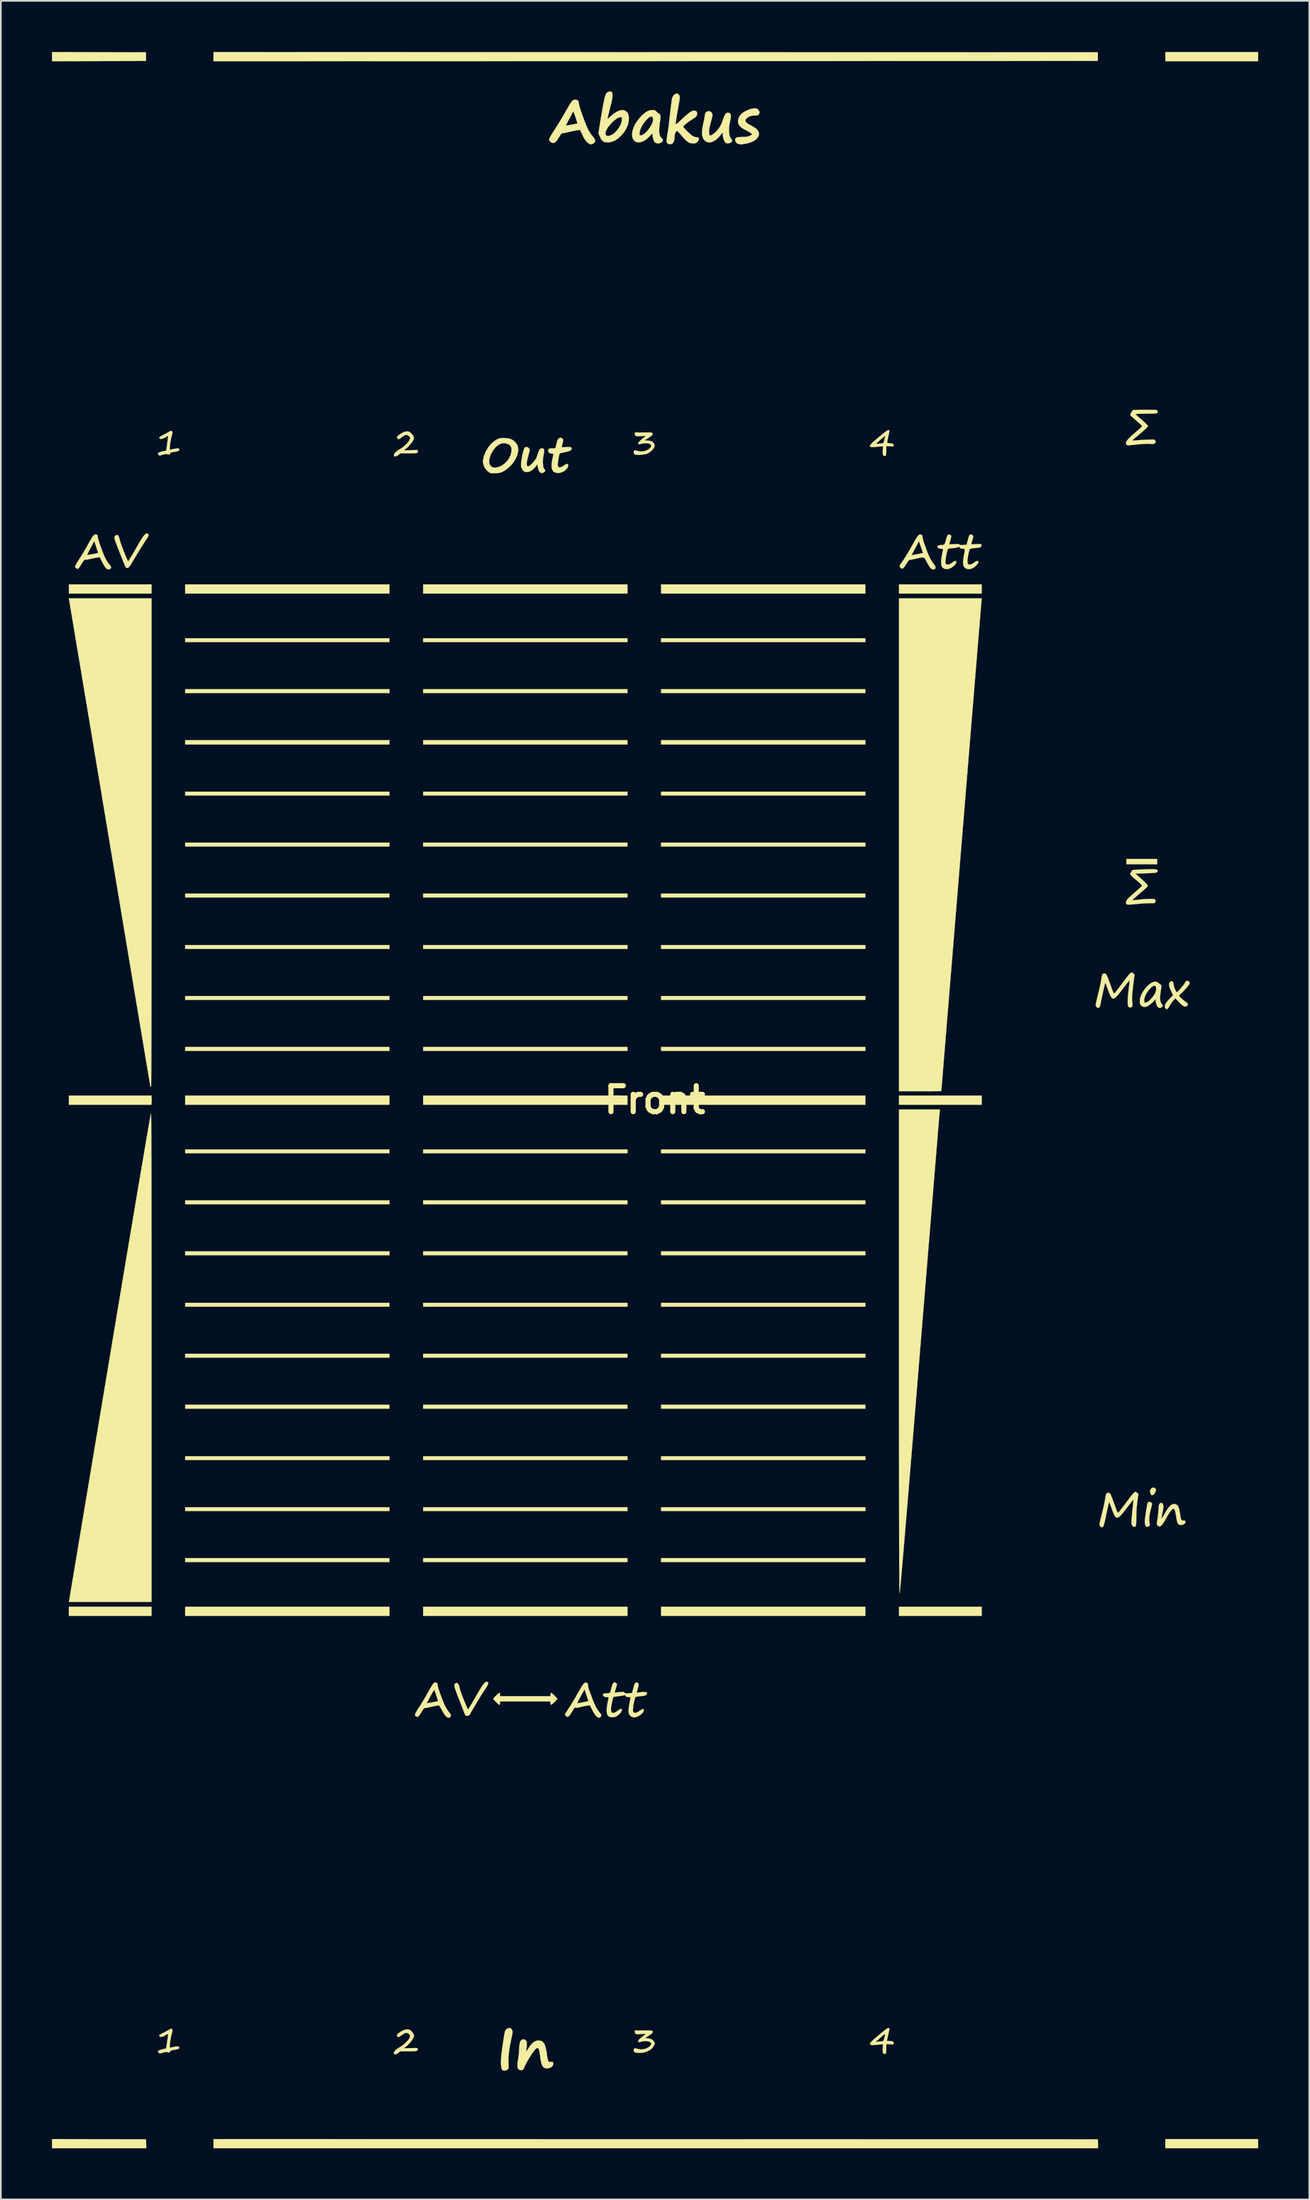
<source format=kicad_pcb>
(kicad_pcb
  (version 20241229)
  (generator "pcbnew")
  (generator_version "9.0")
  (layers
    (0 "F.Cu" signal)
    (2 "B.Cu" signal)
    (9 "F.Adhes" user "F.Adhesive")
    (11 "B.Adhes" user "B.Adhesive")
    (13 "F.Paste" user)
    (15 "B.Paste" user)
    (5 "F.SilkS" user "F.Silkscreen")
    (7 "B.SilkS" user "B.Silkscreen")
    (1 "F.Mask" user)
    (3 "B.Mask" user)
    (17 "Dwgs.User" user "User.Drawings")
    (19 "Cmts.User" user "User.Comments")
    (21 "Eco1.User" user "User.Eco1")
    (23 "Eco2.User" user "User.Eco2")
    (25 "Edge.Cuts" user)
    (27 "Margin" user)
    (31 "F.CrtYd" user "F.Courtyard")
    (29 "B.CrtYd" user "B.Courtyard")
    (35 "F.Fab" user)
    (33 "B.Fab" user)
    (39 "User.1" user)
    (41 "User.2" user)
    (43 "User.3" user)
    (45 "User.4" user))
  (footprint "Front"
    (layer "F.Cu")
    (at 35.396 61.502)
    (property "Reference" "Front" (at 0 0 0) (layer "F.SilkS") (effects (font (size 1.524 1.524) (thickness 0.3))))
    (attr through_hole)
    (fp_poly (pts (xy -29.549 -29.718) (xy -34.403 -29.718) (xy -34.403 -30.254) (xy -29.549 -30.254) (xy -29.549 -29.718)) (stroke (width 0.01) (type solid)) (fill yes) (layer "F.SilkS"))
    (fp_poly (pts (xy -29.549 30.282) (xy -34.403 30.282) (xy -34.403 29.746) (xy -29.549 29.746) (xy -29.549 30.282)) (stroke (width 0.01) (type solid)) (fill yes) (layer "F.SilkS"))
    (fp_poly (pts (xy -15.579 -29.718) (xy -27.573 -29.718) (xy -27.573 -30.254) (xy -15.579 -30.254) (xy -15.579 -29.718)) (stroke (width 0.01) (type solid)) (fill yes) (layer "F.SilkS"))
    (fp_poly (pts (xy -15.579 -26.868) (xy -27.573 -26.868) (xy -27.573 -27.093) (xy -15.579 -27.093) (xy -15.579 -26.868)) (stroke (width 0.01) (type solid)) (fill yes) (layer "F.SilkS"))
    (fp_poly (pts (xy -15.579 -23.876) (xy -27.573 -23.876) (xy -27.573 -24.102) (xy -15.579 -24.102) (xy -15.579 -23.876)) (stroke (width 0.01) (type solid)) (fill yes) (layer "F.SilkS"))
    (fp_poly (pts (xy -15.579 -20.856) (xy -27.573 -20.856) (xy -27.573 -21.11) (xy -15.579 -21.11) (xy -15.579 -20.856)) (stroke (width 0.01) (type solid)) (fill yes) (layer "F.SilkS"))
    (fp_poly (pts (xy -15.579 -17.865) (xy -27.573 -17.865) (xy -27.573 -18.09) (xy -15.579 -18.09) (xy -15.579 -17.865)) (stroke (width 0.01) (type solid)) (fill yes) (layer "F.SilkS"))
    (fp_poly (pts (xy -15.579 -14.873) (xy -27.573 -14.873) (xy -27.573 -15.099) (xy -15.579 -15.099) (xy -15.579 -14.873)) (stroke (width 0.01) (type solid)) (fill yes) (layer "F.SilkS"))
    (fp_poly (pts (xy -15.579 -11.882) (xy -27.573 -11.882) (xy -27.573 -12.107) (xy -15.579 -12.107) (xy -15.579 -11.882)) (stroke (width 0.01) (type solid)) (fill yes) (layer "F.SilkS"))
    (fp_poly (pts (xy -15.579 -8.862) (xy -27.573 -8.862) (xy -27.573 -9.088) (xy -15.579 -9.088) (xy -15.579 -8.862)) (stroke (width 0.01) (type solid)) (fill yes) (layer "F.SilkS"))
    (fp_poly (pts (xy -15.579 -5.87) (xy -27.573 -5.87) (xy -27.573 -6.096) (xy -15.579 -6.096) (xy -15.579 -5.87)) (stroke (width 0.01) (type solid)) (fill yes) (layer "F.SilkS"))
    (fp_poly (pts (xy -15.579 -2.879) (xy -27.573 -2.879) (xy -27.573 -3.104) (xy -15.579 -3.104) (xy -15.579 -2.879)) (stroke (width 0.01) (type solid)) (fill yes) (layer "F.SilkS"))
    (fp_poly (pts (xy -15.579 0.282) (xy -27.573 0.282) (xy -27.573 -0.254) (xy -15.579 -0.254) (xy -15.579 0.282)) (stroke (width 0.01) (type solid)) (fill yes) (layer "F.SilkS"))
    (fp_poly (pts (xy -15.579 3.133) (xy -27.573 3.133) (xy -27.573 2.907) (xy -15.579 2.907) (xy -15.579 3.133)) (stroke (width 0.01) (type solid)) (fill yes) (layer "F.SilkS"))
    (fp_poly (pts (xy -15.579 6.124) (xy -27.573 6.124) (xy -27.573 5.898) (xy -15.579 5.898) (xy -15.579 6.124)) (stroke (width 0.01) (type solid)) (fill yes) (layer "F.SilkS"))
    (fp_poly (pts (xy -15.579 9.116) (xy -27.573 9.116) (xy -27.573 8.89) (xy -15.579 8.89) (xy -15.579 9.116)) (stroke (width 0.01) (type solid)) (fill yes) (layer "F.SilkS"))
    (fp_poly (pts (xy -15.579 12.136) (xy -27.573 12.136) (xy -27.573 11.91) (xy -15.579 11.91) (xy -15.579 12.136)) (stroke (width 0.01) (type solid)) (fill yes) (layer "F.SilkS"))
    (fp_poly (pts (xy -15.579 15.127) (xy -27.573 15.127) (xy -27.573 14.901) (xy -15.579 14.901) (xy -15.579 15.127)) (stroke (width 0.01) (type solid)) (fill yes) (layer "F.SilkS"))
    (fp_poly (pts (xy -15.579 18.119) (xy -27.573 18.119) (xy -27.573 17.893) (xy -15.579 17.893) (xy -15.579 18.119)) (stroke (width 0.01) (type solid)) (fill yes) (layer "F.SilkS"))
    (fp_poly (pts (xy -15.579 21.138) (xy -27.573 21.138) (xy -27.573 20.913) (xy -15.579 20.913) (xy -15.579 21.138)) (stroke (width 0.01) (type solid)) (fill yes) (layer "F.SilkS"))
    (fp_poly (pts (xy -15.579 24.13) (xy -27.573 24.13) (xy -27.573 23.904) (xy -15.579 23.904) (xy -15.579 24.13)) (stroke (width 0.01) (type solid)) (fill yes) (layer "F.SilkS"))
    (fp_poly (pts (xy -15.579 27.122) (xy -27.573 27.122) (xy -27.573 26.896) (xy -15.579 26.896) (xy -15.579 27.122)) (stroke (width 0.01) (type solid)) (fill yes) (layer "F.SilkS"))
    (fp_poly (pts (xy -15.579 30.282) (xy -27.573 30.282) (xy -27.573 29.746) (xy -15.579 29.746) (xy -15.579 30.282)) (stroke (width 0.01) (type solid)) (fill yes) (layer "F.SilkS"))
    (fp_poly (pts (xy -1.609 -29.718) (xy -13.603 -29.718) (xy -13.603 -30.254) (xy -1.609 -30.254) (xy -1.609 -29.718)) (stroke (width 0.01) (type solid)) (fill yes) (layer "F.SilkS"))
    (fp_poly (pts (xy -1.609 -26.868) (xy -13.603 -26.868) (xy -13.603 -27.093) (xy -1.609 -27.093) (xy -1.609 -26.868)) (stroke (width 0.01) (type solid)) (fill yes) (layer "F.SilkS"))
    (fp_poly (pts (xy -1.609 -23.876) (xy -13.603 -23.876) (xy -13.603 -24.102) (xy -1.609 -24.102) (xy -1.609 -23.876)) (stroke (width 0.01) (type solid)) (fill yes) (layer "F.SilkS"))
    (fp_poly (pts (xy -1.609 -20.856) (xy -13.603 -20.856) (xy -13.603 -21.11) (xy -1.609 -21.11) (xy -1.609 -20.856)) (stroke (width 0.01) (type solid)) (fill yes) (layer "F.SilkS"))
    (fp_poly (pts (xy -1.609 -17.865) (xy -13.603 -17.865) (xy -13.603 -18.09) (xy -1.609 -18.09) (xy -1.609 -17.865)) (stroke (width 0.01) (type solid)) (fill yes) (layer "F.SilkS"))
    (fp_poly (pts (xy -1.609 -14.873) (xy -13.603 -14.873) (xy -13.603 -15.099) (xy -1.609 -15.099) (xy -1.609 -14.873)) (stroke (width 0.01) (type solid)) (fill yes) (layer "F.SilkS"))
    (fp_poly (pts (xy -1.609 -11.882) (xy -13.603 -11.882) (xy -13.603 -12.107) (xy -1.609 -12.107) (xy -1.609 -11.882)) (stroke (width 0.01) (type solid)) (fill yes) (layer "F.SilkS"))
    (fp_poly (pts (xy -1.609 -8.862) (xy -13.603 -8.862) (xy -13.603 -9.088) (xy -1.609 -9.088) (xy -1.609 -8.862)) (stroke (width 0.01) (type solid)) (fill yes) (layer "F.SilkS"))
    (fp_poly (pts (xy -1.609 -5.87) (xy -13.603 -5.87) (xy -13.603 -6.096) (xy -1.609 -6.096) (xy -1.609 -5.87)) (stroke (width 0.01) (type solid)) (fill yes) (layer "F.SilkS"))
    (fp_poly (pts (xy -1.609 -2.879) (xy -13.603 -2.879) (xy -13.603 -3.104) (xy -1.609 -3.104) (xy -1.609 -2.879)) (stroke (width 0.01) (type solid)) (fill yes) (layer "F.SilkS"))
    (fp_poly (pts (xy -1.609 0.282) (xy -13.603 0.282) (xy -13.603 -0.254) (xy -1.609 -0.254) (xy -1.609 0.282)) (stroke (width 0.01) (type solid)) (fill yes) (layer "F.SilkS"))
    (fp_poly (pts (xy -1.609 3.133) (xy -13.603 3.133) (xy -13.603 2.907) (xy -1.609 2.907) (xy -1.609 3.133)) (stroke (width 0.01) (type solid)) (fill yes) (layer "F.SilkS"))
    (fp_poly (pts (xy -1.609 6.124) (xy -13.603 6.124) (xy -13.603 5.898) (xy -1.609 5.898) (xy -1.609 6.124)) (stroke (width 0.01) (type solid)) (fill yes) (layer "F.SilkS"))
    (fp_poly (pts (xy -1.609 9.116) (xy -13.603 9.116) (xy -13.603 8.89) (xy -1.609 8.89) (xy -1.609 9.116)) (stroke (width 0.01) (type solid)) (fill yes) (layer "F.SilkS"))
    (fp_poly (pts (xy -1.609 12.136) (xy -13.603 12.136) (xy -13.603 11.91) (xy -1.609 11.91) (xy -1.609 12.136)) (stroke (width 0.01) (type solid)) (fill yes) (layer "F.SilkS"))
    (fp_poly (pts (xy -1.609 15.127) (xy -13.603 15.127) (xy -13.603 14.901) (xy -1.609 14.901) (xy -1.609 15.127)) (stroke (width 0.01) (type solid)) (fill yes) (layer "F.SilkS"))
    (fp_poly (pts (xy -1.609 18.119) (xy -13.603 18.119) (xy -13.603 17.893) (xy -1.609 17.893) (xy -1.609 18.119)) (stroke (width 0.01) (type solid)) (fill yes) (layer "F.SilkS"))
    (fp_poly (pts (xy -1.609 21.138) (xy -13.603 21.138) (xy -13.603 20.913) (xy -1.609 20.913) (xy -1.609 21.138)) (stroke (width 0.01) (type solid)) (fill yes) (layer "F.SilkS"))
    (fp_poly (pts (xy -1.609 24.13) (xy -13.603 24.13) (xy -13.603 23.904) (xy -1.609 23.904) (xy -1.609 24.13)) (stroke (width 0.01) (type solid)) (fill yes) (layer "F.SilkS"))
    (fp_poly (pts (xy -1.609 27.122) (xy -13.603 27.122) (xy -13.603 26.896) (xy -1.609 26.896) (xy -1.609 27.122)) (stroke (width 0.01) (type solid)) (fill yes) (layer "F.SilkS"))
    (fp_poly (pts (xy -1.609 30.282) (xy -13.603 30.282) (xy -13.603 29.746) (xy -1.609 29.746) (xy -1.609 30.282)) (stroke (width 0.01) (type solid)) (fill yes) (layer "F.SilkS"))
    (fp_poly (pts (xy 12.361 -29.718) (xy 0.367 -29.718) (xy 0.367 -30.254) (xy 12.361 -30.254) (xy 12.361 -29.718)) (stroke (width 0.01) (type solid)) (fill yes) (layer "F.SilkS"))
    (fp_poly (pts (xy 12.361 -26.868) (xy 0.367 -26.868) (xy 0.367 -27.093) (xy 12.361 -27.093) (xy 12.361 -26.868)) (stroke (width 0.01) (type solid)) (fill yes) (layer "F.SilkS"))
    (fp_poly (pts (xy 12.361 -23.876) (xy 0.367 -23.876) (xy 0.367 -24.102) (xy 12.361 -24.102) (xy 12.361 -23.876)) (stroke (width 0.01) (type solid)) (fill yes) (layer "F.SilkS"))
    (fp_poly (pts (xy 12.361 -20.856) (xy 0.367 -20.856) (xy 0.367 -21.11) (xy 12.361 -21.11) (xy 12.361 -20.856)) (stroke (width 0.01) (type solid)) (fill yes) (layer "F.SilkS"))
    (fp_poly (pts (xy 12.361 -17.865) (xy 0.367 -17.865) (xy 0.367 -18.09) (xy 12.361 -18.09) (xy 12.361 -17.865)) (stroke (width 0.01) (type solid)) (fill yes) (layer "F.SilkS"))
    (fp_poly (pts (xy 12.361 -14.873) (xy 0.367 -14.873) (xy 0.367 -15.099) (xy 12.361 -15.099) (xy 12.361 -14.873)) (stroke (width 0.01) (type solid)) (fill yes) (layer "F.SilkS"))
    (fp_poly (pts (xy 12.361 -11.882) (xy 0.367 -11.882) (xy 0.367 -12.107) (xy 12.361 -12.107) (xy 12.361 -11.882)) (stroke (width 0.01) (type solid)) (fill yes) (layer "F.SilkS"))
    (fp_poly (pts (xy 12.361 -8.862) (xy 0.367 -8.862) (xy 0.367 -9.088) (xy 12.361 -9.088) (xy 12.361 -8.862)) (stroke (width 0.01) (type solid)) (fill yes) (layer "F.SilkS"))
    (fp_poly (pts (xy 12.361 -5.87) (xy 0.367 -5.87) (xy 0.367 -6.096) (xy 12.361 -6.096) (xy 12.361 -5.87)) (stroke (width 0.01) (type solid)) (fill yes) (layer "F.SilkS"))
    (fp_poly (pts (xy 12.361 -2.879) (xy 0.367 -2.879) (xy 0.367 -3.104) (xy 12.361 -3.104) (xy 12.361 -2.879)) (stroke (width 0.01) (type solid)) (fill yes) (layer "F.SilkS"))
    (fp_poly (pts (xy 12.361 0.282) (xy 0.367 0.282) (xy 0.367 -0.254) (xy 12.361 -0.254) (xy 12.361 0.282)) (stroke (width 0.01) (type solid)) (fill yes) (layer "F.SilkS"))
    (fp_poly (pts (xy 12.361 3.133) (xy 0.367 3.133) (xy 0.367 2.907) (xy 12.361 2.907) (xy 12.361 3.133)) (stroke (width 0.01) (type solid)) (fill yes) (layer "F.SilkS"))
    (fp_poly (pts (xy 12.361 6.124) (xy 0.367 6.124) (xy 0.367 5.898) (xy 12.361 5.898) (xy 12.361 6.124)) (stroke (width 0.01) (type solid)) (fill yes) (layer "F.SilkS"))
    (fp_poly (pts (xy 12.361 9.116) (xy 0.367 9.116) (xy 0.367 8.89) (xy 12.361 8.89) (xy 12.361 9.116)) (stroke (width 0.01) (type solid)) (fill yes) (layer "F.SilkS"))
    (fp_poly (pts (xy 12.361 12.136) (xy 0.367 12.136) (xy 0.367 11.91) (xy 12.361 11.91) (xy 12.361 12.136)) (stroke (width 0.01) (type solid)) (fill yes) (layer "F.SilkS"))
    (fp_poly (pts (xy 12.361 15.127) (xy 0.367 15.127) (xy 0.367 14.901) (xy 12.361 14.901) (xy 12.361 15.127)) (stroke (width 0.01) (type solid)) (fill yes) (layer "F.SilkS"))
    (fp_poly (pts (xy 12.361 18.119) (xy 0.367 18.119) (xy 0.367 17.893) (xy 12.361 17.893) (xy 12.361 18.119)) (stroke (width 0.01) (type solid)) (fill yes) (layer "F.SilkS"))
    (fp_poly (pts (xy 12.361 21.138) (xy 0.367 21.138) (xy 0.367 20.913) (xy 12.361 20.913) (xy 12.361 21.138)) (stroke (width 0.01) (type solid)) (fill yes) (layer "F.SilkS"))
    (fp_poly (pts (xy 12.361 24.13) (xy 0.367 24.13) (xy 0.367 23.904) (xy 12.361 23.904) (xy 12.361 24.13)) (stroke (width 0.01) (type solid)) (fill yes) (layer "F.SilkS"))
    (fp_poly (pts (xy 12.361 27.122) (xy 0.367 27.122) (xy 0.367 26.896) (xy 12.361 26.896) (xy 12.361 27.122)) (stroke (width 0.01) (type solid)) (fill yes) (layer "F.SilkS"))
    (fp_poly (pts (xy 12.361 30.282) (xy 0.367 30.282) (xy 0.367 29.746) (xy 12.361 29.746) (xy 12.361 30.282)) (stroke (width 0.01) (type solid)) (fill yes) (layer "F.SilkS"))
    (fp_poly (pts (xy 19.191 -29.718) (xy 14.337 -29.718) (xy 14.337 -30.254) (xy 19.191 -30.254) (xy 19.191 -29.718)) (stroke (width 0.01) (type solid)) (fill yes) (layer "F.SilkS"))
    (fp_poly (pts (xy 19.191 0.282) (xy 14.337 0.282) (xy 14.337 -0.254) (xy 19.191 -0.254) (xy 19.191 0.282)) (stroke (width 0.01) (type solid)) (fill yes) (layer "F.SilkS"))
    (fp_poly (pts (xy 19.191 30.282) (xy 14.337 30.282) (xy 14.337 29.746) (xy 19.191 29.746) (xy 19.191 30.282)) (stroke (width 0.01) (type solid)) (fill yes) (layer "F.SilkS"))
    (fp_poly (pts (xy 26.007 -61.482) (xy 26.007 -60.974) (xy -25.908 -60.96) (xy -25.908 -61.496) (xy 26.007 -61.482)) (stroke (width 0.01) (type solid)) (fill yes) (layer "F.SilkS"))
    (fp_poly (pts (xy 29.492 -13.829) (xy 27.686 -13.829) (xy 27.686 -14.139) (xy 29.492 -14.139) (xy 29.492 -13.829)) (stroke (width 0.01) (type solid)) (fill yes) (layer "F.SilkS"))
    (fp_poly (pts (xy 35.419 -60.96) (xy 29.972 -60.96) (xy 29.972 -61.496) (xy 35.419 -61.496) (xy 35.419 -60.96)) (stroke (width 0.01) (type solid)) (fill yes) (layer "F.SilkS"))
    (fp_poly (pts (xy 35.419 61.524) (xy 29.972 61.524) (xy 29.972 60.988) (xy 35.419 60.988) (xy 35.419 61.524)) (stroke (width 0.01) (type solid)) (fill yes) (layer "F.SilkS"))
    (fp_poly (pts (xy 26.007 61.002) (xy 26.015 61.263) (xy 26.023 61.524) (xy -25.908 61.524) (xy -25.908 60.988) (xy 26.007 61.002)) (stroke (width 0.01) (type solid)) (fill yes) (layer "F.SilkS"))
    (fp_poly (pts (xy -32.632 -61.489) (xy -29.873 -61.482) (xy -29.873 -60.974) (xy -32.632 -60.967) (xy -35.391 -60.96) (xy -35.391 -61.496) (xy -32.632 -61.489)) (stroke (width 0.01) (type solid)) (fill yes) (layer "F.SilkS"))
    (fp_poly (pts (xy -32.632 60.995) (xy -29.873 61.002) (xy -29.865 61.263) (xy -29.857 61.524) (xy -35.391 61.524) (xy -35.391 60.988) (xy -32.632 60.995)) (stroke (width 0.01) (type solid)) (fill yes) (layer "F.SilkS"))
    (fp_poly (pts (xy -29.543 -0.12) (xy -29.538 -0.002) (xy -29.542 0.123) (xy -29.544 0.148) (xy -29.556 0.282) (xy -34.403 0.282) (xy -34.403 -0.254) (xy -29.554 -0.254) (xy -29.543 -0.12)) (stroke (width 0.01) (type solid)) (fill yes) (layer "F.SilkS"))
    (fp_poly (pts (xy 29.376 22.797) (xy 29.413 22.834) (xy 29.422 22.878) (xy 29.408 22.949) (xy 29.405 22.959) (xy 29.358 23.072) (xy 29.292 23.155) (xy 29.218 23.196) (xy 29.195 23.199) (xy 29.149 23.184) (xy 29.116 23.131) (xy 29.102 23.09) (xy 29.075 22.985) (xy 29.075 22.914) (xy 29.102 22.857) (xy 29.138 22.816) (xy 29.222 22.758) (xy 29.305 22.756) (xy 29.376 22.797)) (stroke (width 0.01) (type solid)) (fill yes) (layer "F.SilkS"))
    (fp_poly (pts (xy 29.127 23.618) (xy 29.162 23.644) (xy 29.181 23.67) (xy 29.189 23.703) (xy 29.185 23.755) (xy 29.168 23.836) (xy 29.136 23.958) (xy 29.128 23.989) (xy 29.065 24.252) (xy 29.03 24.472) (xy 29.022 24.654) (xy 29.04 24.806) (xy 29.042 24.814) (xy 29.061 24.9) (xy 29.062 24.95) (xy 29.042 24.984) (xy 29.013 25.01) (xy 28.94 25.054) (xy 28.879 25.053) (xy 28.852 25.039) (xy 28.801 24.975) (xy 28.773 24.864) (xy 28.768 24.713) (xy 28.773 24.646) (xy 28.785 24.536) (xy 28.803 24.399) (xy 28.825 24.247) (xy 28.849 24.091) (xy 28.874 23.941) (xy 28.898 23.808) (xy 28.918 23.704) (xy 28.934 23.64) (xy 28.939 23.626) (xy 28.985 23.599) (xy 29.056 23.597) (xy 29.127 23.618)) (stroke (width 0.01) (type solid)) (fill yes) (layer "F.SilkS"))
    (fp_poly (pts (xy -8.454 54.488) (xy -8.45 54.49) (xy -8.399 54.55) (xy -8.363 54.638) (xy -8.354 54.707) (xy -8.36 54.761) (xy -8.376 54.857) (xy -8.4 54.983) (xy -8.43 55.126) (xy -8.436 55.153) (xy -8.517 55.563) (xy -8.57 55.925) (xy -8.595 56.238) (xy -8.592 56.501) (xy -8.586 56.626) (xy -8.584 56.735) (xy -8.588 56.813) (xy -8.592 56.835) (xy -8.641 56.904) (xy -8.724 56.953) (xy -8.822 56.975) (xy -8.912 56.962) (xy -8.97 56.909) (xy -9.01 56.804) (xy -9.032 56.648) (xy -9.036 56.504) (xy -9.034 56.383) (xy -9.028 56.26) (xy -9.018 56.127) (xy -9.002 55.977) (xy -8.98 55.8) (xy -8.951 55.588) (xy -8.913 55.334) (xy -8.889 55.174) (xy -8.859 54.985) (xy -8.836 54.844) (xy -8.816 54.741) (xy -8.798 54.67) (xy -8.779 54.621) (xy -8.757 54.586) (xy -8.73 54.556) (xy -8.72 54.547) (xy -8.63 54.489) (xy -8.535 54.468) (xy -8.454 54.488)) (stroke (width 0.01) (type solid)) (fill yes) (layer "F.SilkS"))
    (fp_poly (pts (xy -6.053 34.817) (xy -5.992 34.867) (xy -5.919 34.934) (xy -5.844 35.009) (xy -5.779 35.079) (xy -5.738 35.131) (xy -5.729 35.151) (xy -5.749 35.185) (xy -5.799 35.245) (xy -5.868 35.317) (xy -5.944 35.391) (xy -6.015 35.454) (xy -6.068 35.495) (xy -6.088 35.504) (xy -6.114 35.478) (xy -6.124 35.406) (xy -6.124 35.405) (xy -6.124 35.306) (xy -9.088 35.306) (xy -9.088 35.405) (xy -9.097 35.477) (xy -9.123 35.504) (xy -9.124 35.504) (xy -9.159 35.485) (xy -9.222 35.434) (xy -9.299 35.362) (xy -9.321 35.34) (xy -9.396 35.261) (xy -9.453 35.196) (xy -9.481 35.155) (xy -9.483 35.149) (xy -9.463 35.115) (xy -9.413 35.056) (xy -9.343 34.983) (xy -9.267 34.91) (xy -9.196 34.847) (xy -9.142 34.807) (xy -9.122 34.798) (xy -9.098 34.824) (xy -9.088 34.891) (xy -9.088 34.897) (xy -9.088 34.996) (xy -6.124 34.996) (xy -6.124 34.897) (xy -6.115 34.825) (xy -6.089 34.798) (xy -6.088 34.798) (xy -6.053 34.817)) (stroke (width 0.01) (type solid)) (fill yes) (layer "F.SilkS"))
    (fp_poly (pts (xy -14.47 -39.225) (xy -14.41 -39.206) (xy -14.349 -39.162) (xy -14.293 -39.108) (xy -14.2 -39) (xy -14.154 -38.906) (xy -14.152 -38.811) (xy -14.188 -38.71) (xy -14.254 -38.603) (xy -14.351 -38.478) (xy -14.465 -38.354) (xy -14.581 -38.247) (xy -14.633 -38.205) (xy -14.746 -38.123) (xy -14.337 -38.133) (xy -13.928 -38.142) (xy -13.918 -38.076) (xy -13.916 -38.031) (xy -13.927 -37.998) (xy -13.96 -37.974) (xy -14.02 -37.959) (xy -14.116 -37.95) (xy -14.253 -37.946) (xy -14.439 -37.945) (xy -14.461 -37.945) (xy -14.948 -37.945) (xy -15.053 -37.853) (xy -15.139 -37.793) (xy -15.222 -37.763) (xy -15.286 -37.768) (xy -15.31 -37.788) (xy -15.32 -37.855) (xy -15.284 -37.937) (xy -15.208 -38.025) (xy -15.098 -38.115) (xy -14.959 -38.198) (xy -14.951 -38.202) (xy -14.824 -38.28) (xy -14.697 -38.381) (xy -14.579 -38.495) (xy -14.479 -38.613) (xy -14.405 -38.724) (xy -14.368 -38.819) (xy -14.365 -38.846) (xy -14.389 -38.906) (xy -14.447 -38.967) (xy -14.521 -39.014) (xy -14.588 -39.031) (xy -14.661 -39.013) (xy -14.756 -38.966) (xy -14.855 -38.901) (xy -14.938 -38.829) (xy -15.009 -38.784) (xy -15.078 -38.787) (xy -15.129 -38.837) (xy -15.139 -38.887) (xy -15.115 -38.94) (xy -15.05 -39.003) (xy -14.941 -39.079) (xy -14.861 -39.129) (xy -14.748 -39.189) (xy -14.655 -39.22) (xy -14.558 -39.229) (xy -14.554 -39.229) (xy -14.47 -39.225)) (stroke (width 0.01) (type solid)) (fill yes) (layer "F.SilkS"))
    (fp_poly (pts (xy -14.374 54.585) (xy -14.309 54.636) (xy -14.241 54.716) (xy -14.182 54.806) (xy -14.145 54.886) (xy -14.139 54.92) (xy -14.16 55.008) (xy -14.218 55.121) (xy -14.304 55.246) (xy -14.41 55.373) (xy -14.528 55.491) (xy -14.633 55.577) (xy -14.746 55.659) (xy -14.337 55.65) (xy -14.177 55.646) (xy -14.066 55.646) (xy -13.993 55.648) (xy -13.95 55.656) (xy -13.929 55.669) (xy -13.921 55.689) (xy -13.919 55.699) (xy -13.919 55.746) (xy -13.936 55.781) (xy -13.979 55.806) (xy -14.053 55.823) (xy -14.166 55.833) (xy -14.323 55.837) (xy -14.476 55.838) (xy -14.946 55.838) (xy -15.062 55.929) (xy -15.16 55.993) (xy -15.241 56.02) (xy -15.298 56.008) (xy -15.31 55.994) (xy -15.321 55.925) (xy -15.284 55.843) (xy -15.201 55.752) (xy -15.079 55.657) (xy -14.931 55.568) (xy -14.822 55.498) (xy -14.705 55.405) (xy -14.592 55.298) (xy -14.493 55.19) (xy -14.419 55.091) (xy -14.381 55.011) (xy -14.379 55.006) (xy -14.381 54.904) (xy -14.428 54.821) (xy -14.508 54.768) (xy -14.61 54.754) (xy -14.654 54.762) (xy -14.71 54.787) (xy -14.79 54.837) (xy -14.867 54.892) (xy -14.967 54.963) (xy -15.037 54.997) (xy -15.085 54.995) (xy -15.121 54.959) (xy -15.128 54.947) (xy -15.143 54.905) (xy -15.134 54.865) (xy -15.096 54.819) (xy -15.021 54.759) (xy -14.917 54.686) (xy -14.766 54.604) (xy -14.615 54.559) (xy -14.477 54.554) (xy -14.374 54.585)) (stroke (width 0.01) (type solid)) (fill yes) (layer "F.SilkS"))
    (fp_poly (pts (xy -29.763 -33.222) (xy -29.752 -33.212) (xy -29.727 -33.178) (xy -29.723 -33.136) (xy -29.743 -33.078) (xy -29.79 -32.994) (xy -29.867 -32.877) (xy -29.883 -32.853) (xy -29.945 -32.759) (xy -30.03 -32.626) (xy -30.132 -32.463) (xy -30.245 -32.281) (xy -30.364 -32.088) (xy -30.481 -31.895) (xy -30.592 -31.71) (xy -30.691 -31.544) (xy -30.771 -31.407) (xy -30.772 -31.405) (xy -30.851 -31.292) (xy -30.927 -31.229) (xy -30.998 -31.215) (xy -31.059 -31.254) (xy -31.083 -31.291) (xy -31.103 -31.337) (xy -31.141 -31.427) (xy -31.193 -31.556) (xy -31.257 -31.716) (xy -31.33 -31.899) (xy -31.409 -32.099) (xy -31.438 -32.172) (xy -31.527 -32.401) (xy -31.597 -32.583) (xy -31.65 -32.725) (xy -31.688 -32.833) (xy -31.712 -32.912) (xy -31.725 -32.969) (xy -31.729 -33.009) (xy -31.725 -33.039) (xy -31.719 -33.054) (xy -31.67 -33.12) (xy -31.601 -33.154) (xy -31.532 -33.147) (xy -31.512 -33.135) (xy -31.487 -33.093) (xy -31.456 -33.012) (xy -31.427 -32.909) (xy -31.425 -32.899) (xy -31.393 -32.788) (xy -31.344 -32.638) (xy -31.28 -32.46) (xy -31.207 -32.266) (xy -31.13 -32.069) (xy -31.052 -31.88) (xy -31.002 -31.766) (xy -30.927 -31.598) (xy -30.784 -31.822) (xy -30.714 -31.935) (xy -30.628 -32.079) (xy -30.536 -32.237) (xy -30.448 -32.39) (xy -30.443 -32.399) (xy -30.301 -32.649) (xy -30.181 -32.85) (xy -30.079 -33.007) (xy -29.994 -33.122) (xy -29.922 -33.198) (xy -29.861 -33.238) (xy -29.809 -33.245) (xy -29.763 -33.222)) (stroke (width 0.01) (type solid)) (fill yes) (layer "F.SilkS"))
    (fp_poly (pts (xy -28.378 -39.263) (xy -28.35 -39.24) (xy -28.317 -39.173) (xy -28.321 -39.133) (xy -28.391 -38.877) (xy -28.442 -38.617) (xy -28.468 -38.399) (xy -28.485 -38.148) (xy -28.417 -38.166) (xy -28.302 -38.193) (xy -28.182 -38.216) (xy -28.073 -38.231) (xy -27.992 -38.236) (xy -27.957 -38.232) (xy -27.919 -38.193) (xy -27.912 -38.16) (xy -27.933 -38.115) (xy -27.999 -38.078) (xy -28.115 -38.047) (xy -28.222 -38.029) (xy -28.333 -38.012) (xy -28.401 -37.994) (xy -28.437 -37.971) (xy -28.454 -37.937) (xy -28.456 -37.93) (xy -28.492 -37.888) (xy -28.554 -37.873) (xy -28.617 -37.889) (xy -28.634 -37.902) (xy -28.68 -37.911) (xy -28.776 -37.896) (xy -28.858 -37.874) (xy -28.969 -37.843) (xy -29.038 -37.826) (xy -29.079 -37.822) (xy -29.106 -37.833) (xy -29.131 -37.855) (xy -29.137 -37.862) (xy -29.175 -37.915) (xy -29.17 -37.959) (xy -29.118 -37.997) (xy -29.016 -38.033) (xy -28.901 -38.061) (xy -28.688 -38.107) (xy -28.627 -38.534) (xy -28.607 -38.682) (xy -28.591 -38.809) (xy -28.58 -38.906) (xy -28.576 -38.962) (xy -28.577 -38.971) (xy -28.604 -38.963) (xy -28.664 -38.931) (xy -28.731 -38.89) (xy -28.844 -38.83) (xy -28.946 -38.797) (xy -29.028 -38.794) (xy -29.08 -38.82) (xy -29.091 -38.848) (xy -29.085 -38.883) (xy -29.05 -38.919) (xy -28.978 -38.965) (xy -28.894 -39.009) (xy -28.772 -39.073) (xy -28.647 -39.141) (xy -28.546 -39.198) (xy -28.542 -39.2) (xy -28.46 -39.247) (xy -28.411 -39.267) (xy -28.378 -39.263)) (stroke (width 0.01) (type solid)) (fill yes) (layer "F.SilkS"))
    (fp_poly (pts (xy 19.178 -29.288) (xy 19.175 -29.254) (xy 19.168 -29.165) (xy 19.156 -29.025) (xy 19.14 -28.835) (xy 19.121 -28.597) (xy 19.097 -28.313) (xy 19.07 -27.985) (xy 19.04 -27.615) (xy 19.006 -27.205) (xy 18.969 -26.758) (xy 18.929 -26.274) (xy 18.887 -25.757) (xy 18.842 -25.209) (xy 18.794 -24.63) (xy 18.745 -24.024) (xy 18.693 -23.393) (xy 18.639 -22.738) (xy 18.583 -22.061) (xy 18.526 -21.365) (xy 18.468 -20.652) (xy 18.408 -19.923) (xy 18.347 -19.181) (xy 18.285 -18.427) (xy 18.223 -17.665) (xy 18.16 -16.895) (xy 18.096 -16.119) (xy 18.032 -15.341) (xy 17.968 -14.561) (xy 17.905 -13.783) (xy 17.841 -13.007) (xy 17.778 -12.236) (xy 17.715 -11.472) (xy 17.653 -10.718) (xy 17.593 -9.974) (xy 17.533 -9.243) (xy 17.474 -8.528) (xy 17.417 -7.83) (xy 17.361 -7.151) (xy 17.308 -6.493) (xy 17.256 -5.859) (xy 17.206 -5.25) (xy 17.158 -4.668) (xy 17.113 -4.115) (xy 17.071 -3.595) (xy 17.031 -3.107) (xy 16.994 -2.655) (xy 16.96 -2.241) (xy 16.929 -1.866) (xy 16.902 -1.533) (xy 16.879 -1.243) (xy 16.859 -0.999) (xy 16.843 -0.803) (xy 16.831 -0.657) (xy 16.824 -0.562) (xy 16.821 -0.522) (xy 16.82 -0.52) (xy 16.793 -0.518) (xy 16.715 -0.515) (xy 16.592 -0.513) (xy 16.43 -0.511) (xy 16.234 -0.51) (xy 16.01 -0.509) (xy 15.763 -0.508) (xy 15.579 -0.508) (xy 14.337 -0.508) (xy 14.337 -29.436) (xy 19.195 -29.436) (xy 19.178 -29.288)) (stroke (width 0.01) (type solid)) (fill yes) (layer "F.SilkS"))
    (fp_poly (pts (xy -8.633 -38.832) (xy -8.457 -38.786) (xy -8.308 -38.703) (xy -8.189 -38.595) (xy -8.091 -38.466) (xy -8.036 -38.331) (xy -8.019 -38.173) (xy -8.023 -38.079) (xy -8.064 -37.877) (xy -8.15 -37.667) (xy -8.274 -37.458) (xy -8.429 -37.261) (xy -8.607 -37.086) (xy -8.799 -36.943) (xy -8.906 -36.883) (xy -9.006 -36.837) (xy -9.092 -36.808) (xy -9.184 -36.791) (xy -9.303 -36.782) (xy -9.368 -36.78) (xy -9.501 -36.777) (xy -9.593 -36.781) (xy -9.657 -36.793) (xy -9.709 -36.815) (xy -9.724 -36.825) (xy -9.868 -36.944) (xy -9.981 -37.095) (xy -10.058 -37.265) (xy -10.089 -37.426) (xy -9.727 -37.426) (xy -9.696 -37.296) (xy -9.689 -37.282) (xy -9.606 -37.174) (xy -9.495 -37.114) (xy -9.354 -37.103) (xy -9.185 -37.141) (xy -9.04 -37.2) (xy -8.855 -37.316) (xy -8.692 -37.471) (xy -8.559 -37.655) (xy -8.465 -37.855) (xy -8.418 -38.06) (xy -8.416 -38.089) (xy -8.419 -38.243) (xy -8.457 -38.358) (xy -8.532 -38.442) (xy -8.599 -38.482) (xy -8.774 -38.54) (xy -8.94 -38.543) (xy -9.102 -38.491) (xy -9.262 -38.384) (xy -9.368 -38.28) (xy -9.498 -38.115) (xy -9.602 -37.938) (xy -9.677 -37.757) (xy -9.719 -37.583) (xy -9.727 -37.426) (xy -10.089 -37.426) (xy -10.092 -37.441) (xy -10.087 -37.556) (xy -10.028 -37.805) (xy -9.928 -38.049) (xy -9.794 -38.278) (xy -9.634 -38.481) (xy -9.454 -38.648) (xy -9.268 -38.766) (xy -9.178 -38.807) (xy -9.099 -38.831) (xy -9.011 -38.843) (xy -8.893 -38.847) (xy -8.848 -38.847) (xy -8.633 -38.832)) (stroke (width 0.01) (type solid)) (fill yes) (layer "F.SilkS"))
    (fp_poly (pts (xy 31.337 -6.963) (xy 31.384 -6.913) (xy 31.396 -6.863) (xy 31.381 -6.802) (xy 31.335 -6.723) (xy 31.256 -6.622) (xy 31.139 -6.493) (xy 31.041 -6.391) (xy 30.763 -6.108) (xy 30.911 -5.964) (xy 31.005 -5.878) (xy 31.104 -5.798) (xy 31.178 -5.746) (xy 31.265 -5.678) (xy 31.296 -5.613) (xy 31.273 -5.549) (xy 31.247 -5.522) (xy 31.179 -5.482) (xy 31.103 -5.481) (xy 31.013 -5.522) (xy 30.905 -5.606) (xy 30.774 -5.736) (xy 30.749 -5.764) (xy 30.56 -5.969) (xy 30.427 -5.822) (xy 30.342 -5.714) (xy 30.259 -5.59) (xy 30.212 -5.504) (xy 30.148 -5.393) (xy 30.087 -5.337) (xy 30.026 -5.334) (xy 29.978 -5.368) (xy 29.949 -5.433) (xy 29.949 -5.526) (xy 29.979 -5.629) (xy 29.99 -5.653) (xy 30.03 -5.713) (xy 30.099 -5.798) (xy 30.185 -5.895) (xy 30.233 -5.946) (xy 30.429 -6.148) (xy 30.312 -6.383) (xy 30.232 -6.567) (xy 30.194 -6.714) (xy 30.196 -6.829) (xy 30.238 -6.912) (xy 30.239 -6.913) (xy 30.306 -6.961) (xy 30.371 -6.965) (xy 30.419 -6.922) (xy 30.419 -6.921) (xy 30.438 -6.865) (xy 30.457 -6.778) (xy 30.465 -6.732) (xy 30.485 -6.641) (xy 30.519 -6.541) (xy 30.56 -6.445) (xy 30.601 -6.369) (xy 30.636 -6.326) (xy 30.647 -6.322) (xy 30.681 -6.342) (xy 30.74 -6.398) (xy 30.815 -6.478) (xy 30.898 -6.572) (xy 30.979 -6.67) (xy 31.049 -6.762) (xy 31.085 -6.815) (xy 31.14 -6.896) (xy 31.187 -6.958) (xy 31.212 -6.984) (xy 31.271 -6.991) (xy 31.337 -6.963)) (stroke (width 0.01) (type solid)) (fill yes) (layer "F.SilkS"))
    (fp_poly (pts (xy -9.804 34.167) (xy -9.778 34.215) (xy -9.778 34.254) (xy -9.799 34.312) (xy -9.843 34.395) (xy -9.914 34.51) (xy -9.985 34.617) (xy -10.072 34.75) (xy -10.154 34.876) (xy -10.222 34.984) (xy -10.269 35.06) (xy -10.276 35.072) (xy -10.314 35.137) (xy -10.374 35.238) (xy -10.451 35.365) (xy -10.537 35.507) (xy -10.59 35.595) (xy -10.672 35.731) (xy -10.743 35.852) (xy -10.797 35.948) (xy -10.83 36.011) (xy -10.837 36.032) (xy -10.862 36.077) (xy -10.922 36.12) (xy -10.997 36.148) (xy -11.038 36.153) (xy -11.09 36.143) (xy -11.127 36.105) (xy -11.162 36.033) (xy -11.184 35.975) (xy -11.224 35.873) (xy -11.278 35.735) (xy -11.344 35.568) (xy -11.417 35.381) (xy -11.495 35.181) (xy -11.503 35.159) (xy -11.594 34.926) (xy -11.664 34.739) (xy -11.716 34.592) (xy -11.75 34.481) (xy -11.768 34.398) (xy -11.77 34.338) (xy -11.758 34.296) (xy -11.733 34.265) (xy -11.696 34.24) (xy -11.68 34.231) (xy -11.631 34.214) (xy -11.591 34.232) (xy -11.555 34.27) (xy -11.509 34.346) (xy -11.476 34.442) (xy -11.472 34.465) (xy -11.445 34.578) (xy -11.396 34.734) (xy -11.328 34.925) (xy -11.243 35.145) (xy -11.144 35.385) (xy -11.119 35.444) (xy -10.972 35.786) (xy -10.824 35.553) (xy -10.754 35.439) (xy -10.666 35.292) (xy -10.573 35.132) (xy -10.483 34.975) (xy -10.471 34.953) (xy -10.338 34.719) (xy -10.226 34.531) (xy -10.132 34.386) (xy -10.053 34.279) (xy -9.986 34.207) (xy -9.928 34.165) (xy -9.876 34.149) (xy -9.866 34.149) (xy -9.804 34.167)) (stroke (width 0.01) (type solid)) (fill yes) (layer "F.SilkS"))
    (fp_poly (pts (xy -7.459 -38.301) (xy -7.388 -38.238) (xy -7.365 -38.205) (xy -7.352 -38.174) (xy -7.351 -38.132) (xy -7.361 -38.068) (xy -7.384 -37.972) (xy -7.418 -37.843) (xy -7.469 -37.645) (xy -7.503 -37.493) (xy -7.522 -37.38) (xy -7.525 -37.3) (xy -7.515 -37.244) (xy -7.5 -37.215) (xy -7.469 -37.181) (xy -7.434 -37.179) (xy -7.375 -37.207) (xy -7.298 -37.261) (xy -7.206 -37.348) (xy -7.111 -37.452) (xy -7.028 -37.558) (xy -6.972 -37.647) (xy -6.938 -37.726) (xy -6.897 -37.835) (xy -6.861 -37.947) (xy -6.811 -38.088) (xy -6.758 -38.18) (xy -6.695 -38.229) (xy -6.629 -38.241) (xy -6.555 -38.227) (xy -6.51 -38.181) (xy -6.494 -38.099) (xy -6.504 -37.976) (xy -6.534 -37.832) (xy -6.56 -37.687) (xy -6.573 -37.533) (xy -6.574 -37.38) (xy -6.563 -37.239) (xy -6.541 -37.123) (xy -6.509 -37.042) (xy -6.475 -37.009) (xy -6.44 -36.971) (xy -6.442 -36.912) (xy -6.482 -36.853) (xy -6.484 -36.852) (xy -6.579 -36.798) (xy -6.677 -36.796) (xy -6.708 -36.808) (xy -6.778 -36.87) (xy -6.833 -36.981) (xy -6.87 -37.134) (xy -6.874 -37.161) (xy -6.893 -37.308) (xy -6.971 -37.202) (xy -7.089 -37.065) (xy -7.224 -36.952) (xy -7.36 -36.875) (xy -7.412 -36.857) (xy -7.55 -36.843) (xy -7.667 -36.879) (xy -7.762 -36.965) (xy -7.829 -37.098) (xy -7.85 -37.172) (xy -7.856 -37.254) (xy -7.85 -37.372) (xy -7.833 -37.516) (xy -7.809 -37.674) (xy -7.778 -37.835) (xy -7.744 -37.987) (xy -7.708 -38.12) (xy -7.672 -38.222) (xy -7.639 -38.282) (xy -7.632 -38.288) (xy -7.547 -38.32) (xy -7.459 -38.301)) (stroke (width 0.01) (type solid)) (fill yes) (layer "F.SilkS"))
    (fp_poly (pts (xy -28.366 54.517) (xy -28.345 54.54) (xy -28.344 54.542) (xy -28.319 54.608) (xy -28.322 54.652) (xy -28.36 54.785) (xy -28.395 54.934) (xy -28.425 55.089) (xy -28.451 55.241) (xy -28.469 55.38) (xy -28.48 55.497) (xy -28.48 55.581) (xy -28.47 55.623) (xy -28.463 55.626) (xy -28.427 55.619) (xy -28.353 55.602) (xy -28.273 55.582) (xy -28.114 55.55) (xy -28.002 55.549) (xy -27.935 55.578) (xy -27.917 55.616) (xy -27.928 55.661) (xy -27.977 55.697) (xy -28.071 55.726) (xy -28.216 55.752) (xy -28.222 55.753) (xy -28.333 55.771) (xy -28.401 55.789) (xy -28.437 55.812) (xy -28.454 55.846) (xy -28.456 55.853) (xy -28.492 55.894) (xy -28.554 55.909) (xy -28.617 55.894) (xy -28.634 55.88) (xy -28.68 55.871) (xy -28.776 55.887) (xy -28.858 55.909) (xy -28.968 55.94) (xy -29.036 55.957) (xy -29.077 55.959) (xy -29.103 55.946) (xy -29.129 55.92) (xy -29.14 55.907) (xy -29.169 55.859) (xy -29.159 55.818) (xy -29.103 55.782) (xy -28.999 55.745) (xy -28.901 55.719) (xy -28.69 55.668) (xy -28.628 55.245) (xy -28.607 55.097) (xy -28.591 54.971) (xy -28.58 54.875) (xy -28.576 54.82) (xy -28.576 54.811) (xy -28.604 54.819) (xy -28.664 54.852) (xy -28.731 54.893) (xy -28.846 54.954) (xy -28.95 54.986) (xy -29.031 54.988) (xy -29.081 54.958) (xy -29.092 54.93) (xy -29.087 54.888) (xy -29.05 54.852) (xy -28.972 54.811) (xy -28.965 54.808) (xy -28.876 54.765) (xy -28.76 54.704) (xy -28.639 54.636) (xy -28.606 54.618) (xy -28.501 54.557) (xy -28.433 54.522) (xy -28.392 54.51) (xy -28.366 54.517)) (stroke (width 0.01) (type solid)) (fill yes) (layer "F.SilkS"))
    (fp_poly (pts (xy -1.101 -39.175) (xy -1.048 -39.172) (xy -0.951 -39.169) (xy -0.822 -39.169) (xy -0.672 -39.17) (xy -0.605 -39.171) (xy -0.436 -39.172) (xy -0.315 -39.171) (xy -0.232 -39.166) (xy -0.181 -39.156) (xy -0.152 -39.142) (xy -0.145 -39.134) (xy -0.124 -39.088) (xy -0.141 -39.037) (xy -0.199 -38.976) (xy -0.302 -38.9) (xy -0.387 -38.844) (xy -0.607 -38.707) (xy -0.402 -38.691) (xy -0.288 -38.679) (xy -0.212 -38.661) (xy -0.155 -38.63) (xy -0.112 -38.593) (xy -0.036 -38.503) (xy -0.011 -38.417) (xy -0.033 -38.32) (xy -0.053 -38.276) (xy -0.149 -38.141) (xy -0.284 -38.022) (xy -0.442 -37.932) (xy -0.47 -37.921) (xy -0.564 -37.895) (xy -0.69 -37.875) (xy -0.828 -37.86) (xy -0.96 -37.854) (xy -1.068 -37.857) (xy -1.115 -37.865) (xy -1.199 -37.905) (xy -1.237 -37.971) (xy -1.242 -38.02) (xy -1.228 -38.088) (xy -1.183 -38.119) (xy -1.102 -38.114) (xy -1.012 -38.087) (xy -0.842 -38.052) (xy -0.664 -38.062) (xy -0.494 -38.112) (xy -0.346 -38.198) (xy -0.272 -38.27) (xy -0.218 -38.341) (xy -0.202 -38.389) (xy -0.222 -38.433) (xy -0.252 -38.465) (xy -0.341 -38.517) (xy -0.471 -38.541) (xy -0.633 -38.536) (xy -0.818 -38.501) (xy -0.896 -38.48) (xy -0.952 -38.477) (xy -0.978 -38.51) (xy -0.973 -38.552) (xy -0.931 -38.614) (xy -0.849 -38.699) (xy -0.725 -38.81) (xy -0.635 -38.884) (xy -0.522 -38.976) (xy -0.806 -38.958) (xy -0.939 -38.951) (xy -1.027 -38.95) (xy -1.084 -38.957) (xy -1.12 -38.973) (xy -1.139 -38.989) (xy -1.176 -39.058) (xy -1.18 -39.112) (xy -1.164 -39.166) (xy -1.123 -39.178) (xy -1.101 -39.175)) (stroke (width 0.01) (type solid)) (fill yes) (layer "F.SilkS"))
    (fp_poly (pts (xy 5.968 -58.186) (xy 6.016 -58.162) (xy 6.067 -58.115) (xy 6.135 -58.02) (xy 6.148 -57.929) (xy 6.108 -57.846) (xy 6.091 -57.828) (xy 6.049 -57.793) (xy 6.011 -57.773) (xy 5.959 -57.766) (xy 5.874 -57.768) (xy 5.833 -57.77) (xy 5.69 -57.759) (xy 5.553 -57.716) (xy 5.436 -57.65) (xy 5.354 -57.566) (xy 5.331 -57.524) (xy 5.321 -57.459) (xy 5.344 -57.397) (xy 5.406 -57.334) (xy 5.513 -57.262) (xy 5.639 -57.194) (xy 5.758 -57.128) (xy 5.868 -57.06) (xy 5.951 -57) (xy 5.978 -56.977) (xy 6.072 -56.855) (xy 6.113 -56.73) (xy 6.104 -56.606) (xy 6.047 -56.486) (xy 5.947 -56.375) (xy 5.805 -56.276) (xy 5.625 -56.194) (xy 5.409 -56.132) (xy 5.34 -56.118) (xy 5.194 -56.095) (xy 5.087 -56.084) (xy 5.002 -56.086) (xy 4.923 -56.1) (xy 4.891 -56.109) (xy 4.789 -56.165) (xy 4.728 -56.256) (xy 4.713 -56.345) (xy 4.723 -56.411) (xy 4.757 -56.459) (xy 4.822 -56.489) (xy 4.926 -56.507) (xy 5.077 -56.515) (xy 5.136 -56.515) (xy 5.286 -56.518) (xy 5.395 -56.527) (xy 5.479 -56.545) (xy 5.556 -56.573) (xy 5.567 -56.578) (xy 5.642 -56.617) (xy 5.691 -56.65) (xy 5.701 -56.664) (xy 5.676 -56.709) (xy 5.602 -56.767) (xy 5.476 -56.839) (xy 5.419 -56.868) (xy 5.226 -56.971) (xy 5.083 -57.066) (xy 4.982 -57.159) (xy 4.919 -57.256) (xy 4.888 -57.363) (xy 4.883 -57.448) (xy 4.909 -57.604) (xy 4.986 -57.755) (xy 5.107 -57.889) (xy 5.146 -57.921) (xy 5.306 -58.024) (xy 5.487 -58.109) (xy 5.668 -58.167) (xy 5.806 -58.189) (xy 5.905 -58.194) (xy 5.968 -58.186)) (stroke (width 0.01) (type solid)) (fill yes) (layer "F.SilkS"))
    (fp_poly (pts (xy 13.773 -39.269) (xy 13.773 -39.264) (xy 13.767 -39.218) (xy 13.75 -39.13) (xy 13.725 -39.014) (xy 13.698 -38.897) (xy 13.67 -38.77) (xy 13.648 -38.666) (xy 13.636 -38.594) (xy 13.635 -38.566) (xy 13.668 -38.557) (xy 13.74 -38.544) (xy 13.83 -38.532) (xy 13.928 -38.518) (xy 13.982 -38.504) (xy 14.006 -38.481) (xy 14.012 -38.442) (xy 14.012 -38.425) (xy 14.009 -38.371) (xy 13.987 -38.349) (xy 13.931 -38.348) (xy 13.899 -38.351) (xy 13.796 -38.359) (xy 13.695 -38.365) (xy 13.688 -38.365) (xy 13.589 -38.368) (xy 13.589 -38.114) (xy 13.586 -37.997) (xy 13.58 -37.9) (xy 13.571 -37.837) (xy 13.566 -37.825) (xy 13.517 -37.793) (xy 13.453 -37.799) (xy 13.406 -37.831) (xy 13.387 -37.887) (xy 13.379 -37.994) (xy 13.382 -38.117) (xy 13.392 -38.361) (xy 13.18 -38.344) (xy 13.054 -38.333) (xy 12.932 -38.32) (xy 12.841 -38.31) (xy 12.732 -38.307) (xy 12.661 -38.333) (xy 12.66 -38.334) (xy 12.627 -38.363) (xy 12.624 -38.392) (xy 12.653 -38.44) (xy 12.668 -38.462) (xy 12.702 -38.501) (xy 12.971 -38.501) (xy 13.167 -38.514) (xy 13.27 -38.522) (xy 13.353 -38.531) (xy 13.397 -38.538) (xy 13.397 -38.538) (xy 13.428 -38.575) (xy 13.461 -38.666) (xy 13.494 -38.808) (xy 13.507 -38.875) (xy 13.527 -38.987) (xy 13.389 -38.868) (xy 13.287 -38.78) (xy 13.174 -38.681) (xy 13.111 -38.625) (xy 12.971 -38.501) (xy 12.702 -38.501) (xy 12.708 -38.508) (xy 12.779 -38.577) (xy 12.882 -38.669) (xy 13.02 -38.788) (xy 13.198 -38.935) (xy 13.416 -39.114) (xy 13.498 -39.181) (xy 13.611 -39.263) (xy 13.696 -39.306) (xy 13.751 -39.308) (xy 13.773 -39.269)) (stroke (width 0.01) (type solid)) (fill yes) (layer "F.SilkS"))
    (fp_poly (pts (xy 3.255 -58.007) (xy 3.331 -57.951) (xy 3.378 -57.868) (xy 3.387 -57.807) (xy 3.378 -57.735) (xy 3.356 -57.633) (xy 3.33 -57.536) (xy 3.266 -57.311) (xy 3.219 -57.106) (xy 3.19 -56.928) (xy 3.18 -56.783) (xy 3.189 -56.676) (xy 3.218 -56.615) (xy 3.225 -56.61) (xy 3.283 -56.604) (xy 3.365 -56.639) (xy 3.464 -56.708) (xy 3.571 -56.804) (xy 3.68 -56.922) (xy 3.781 -57.054) (xy 3.813 -57.101) (xy 3.87 -57.205) (xy 3.932 -57.341) (xy 3.987 -57.486) (xy 4.005 -57.541) (xy 4.065 -57.711) (xy 4.124 -57.83) (xy 4.187 -57.904) (xy 4.257 -57.936) (xy 4.292 -57.939) (xy 4.386 -57.92) (xy 4.445 -57.864) (xy 4.469 -57.768) (xy 4.459 -57.63) (xy 4.434 -57.514) (xy 4.387 -57.289) (xy 4.361 -57.069) (xy 4.355 -56.865) (xy 4.37 -56.684) (xy 4.405 -56.537) (xy 4.46 -56.431) (xy 4.472 -56.417) (xy 4.53 -56.339) (xy 4.536 -56.273) (xy 4.489 -56.209) (xy 4.469 -56.192) (xy 4.381 -56.148) (xy 4.28 -56.134) (xy 4.189 -56.151) (xy 4.14 -56.184) (xy 4.074 -56.289) (xy 4.022 -56.434) (xy 3.99 -56.603) (xy 3.989 -56.611) (xy 3.972 -56.777) (xy 3.84 -56.604) (xy 3.694 -56.439) (xy 3.54 -56.315) (xy 3.386 -56.232) (xy 3.236 -56.195) (xy 3.096 -56.205) (xy 2.992 -56.252) (xy 2.889 -56.343) (xy 2.819 -56.46) (xy 2.779 -56.609) (xy 2.77 -56.792) (xy 2.79 -57.016) (xy 2.84 -57.282) (xy 2.851 -57.332) (xy 2.883 -57.476) (xy 2.909 -57.609) (xy 2.927 -57.715) (xy 2.935 -57.782) (xy 2.935 -57.787) (xy 2.953 -57.874) (xy 2.994 -57.951) (xy 3.072 -58.011) (xy 3.163 -58.028) (xy 3.255 -58.007)) (stroke (width 0.01) (type solid)) (fill yes) (layer "F.SilkS"))
    (fp_poly (pts (xy 29.799 23.671) (xy 29.832 23.723) (xy 29.85 23.787) (xy 29.856 23.862) (xy 29.851 23.959) (xy 29.832 24.087) (xy 29.799 24.258) (xy 29.79 24.299) (xy 29.764 24.431) (xy 29.749 24.519) (xy 29.748 24.563) (xy 29.764 24.562) (xy 29.799 24.515) (xy 29.857 24.42) (xy 29.938 24.277) (xy 29.963 24.232) (xy 30.09 24.025) (xy 30.209 23.872) (xy 30.321 23.771) (xy 30.428 23.719) (xy 30.535 23.717) (xy 30.614 23.745) (xy 30.677 23.791) (xy 30.728 23.862) (xy 30.769 23.964) (xy 30.804 24.107) (xy 30.835 24.289) (xy 30.86 24.449) (xy 30.882 24.56) (xy 30.906 24.633) (xy 30.935 24.673) (xy 30.973 24.689) (xy 31.026 24.69) (xy 31.039 24.689) (xy 31.109 24.688) (xy 31.14 24.706) (xy 31.152 24.755) (xy 31.136 24.831) (xy 31.077 24.893) (xy 30.989 24.935) (xy 30.887 24.95) (xy 30.782 24.933) (xy 30.778 24.931) (xy 30.728 24.893) (xy 30.686 24.816) (xy 30.65 24.695) (xy 30.618 24.526) (xy 30.604 24.433) (xy 30.574 24.248) (xy 30.541 24.116) (xy 30.505 24.032) (xy 30.462 23.993) (xy 30.44 23.989) (xy 30.387 24.014) (xy 30.315 24.088) (xy 30.228 24.206) (xy 30.127 24.365) (xy 30.028 24.537) (xy 29.92 24.728) (xy 29.829 24.869) (xy 29.752 24.965) (xy 29.685 25.019) (xy 29.624 25.034) (xy 29.565 25.013) (xy 29.518 24.974) (xy 29.477 24.917) (xy 29.472 24.847) (xy 29.477 24.817) (xy 29.5 24.679) (xy 29.523 24.516) (xy 29.544 24.343) (xy 29.561 24.179) (xy 29.573 24.038) (xy 29.576 23.946) (xy 29.59 23.799) (xy 29.63 23.702) (xy 29.696 23.655) (xy 29.734 23.65) (xy 29.799 23.671)) (stroke (width 0.01) (type solid)) (fill yes) (layer "F.SilkS"))
    (fp_poly (pts (xy 29.452 -6.93) (xy 29.549 -6.875) (xy 29.562 -6.865) (xy 29.632 -6.808) (xy 29.694 -6.764) (xy 29.705 -6.757) (xy 29.728 -6.741) (xy 29.74 -6.717) (xy 29.742 -6.675) (xy 29.735 -6.603) (xy 29.717 -6.49) (xy 29.709 -6.441) (xy 29.674 -6.189) (xy 29.662 -5.984) (xy 29.673 -5.825) (xy 29.708 -5.706) (xy 29.766 -5.625) (xy 29.779 -5.614) (xy 29.82 -5.555) (xy 29.811 -5.491) (xy 29.754 -5.436) (xy 29.73 -5.423) (xy 29.665 -5.397) (xy 29.62 -5.397) (xy 29.567 -5.422) (xy 29.567 -5.422) (xy 29.512 -5.479) (xy 29.462 -5.573) (xy 29.425 -5.685) (xy 29.408 -5.795) (xy 29.408 -5.805) (xy 29.408 -5.922) (xy 29.245 -5.752) (xy 29.086 -5.605) (xy 28.937 -5.506) (xy 28.8 -5.458) (xy 28.679 -5.46) (xy 28.576 -5.513) (xy 28.559 -5.529) (xy 28.51 -5.587) (xy 28.483 -5.65) (xy 28.473 -5.735) (xy 28.475 -5.858) (xy 28.476 -5.864) (xy 28.73 -5.864) (xy 28.734 -5.784) (xy 28.744 -5.73) (xy 28.749 -5.72) (xy 28.806 -5.702) (xy 28.892 -5.73) (xy 28.979 -5.785) (xy 29.091 -5.883) (xy 29.207 -6.013) (xy 29.311 -6.153) (xy 29.383 -6.279) (xy 29.416 -6.383) (xy 29.434 -6.497) (xy 29.435 -6.523) (xy 29.422 -6.634) (xy 29.383 -6.696) (xy 29.32 -6.709) (xy 29.234 -6.673) (xy 29.129 -6.589) (xy 29.058 -6.515) (xy 28.931 -6.356) (xy 28.831 -6.191) (xy 28.762 -6.032) (xy 28.731 -5.891) (xy 28.73 -5.864) (xy 28.476 -5.864) (xy 28.476 -5.869) (xy 28.508 -6.032) (xy 28.58 -6.21) (xy 28.684 -6.391) (xy 28.812 -6.564) (xy 28.954 -6.716) (xy 29.102 -6.836) (xy 29.218 -6.9) (xy 29.346 -6.937) (xy 29.452 -6.93)) (stroke (width 0.01) (type solid)) (fill yes) (layer "F.SilkS"))
    (fp_poly (pts (xy -0.052 -58.091) (xy 0.01 -58.073) (xy 0.062 -58.032) (xy 0.082 -58.011) (xy 0.156 -57.943) (xy 0.233 -57.888) (xy 0.242 -57.883) (xy 0.288 -57.851) (xy 0.317 -57.807) (xy 0.332 -57.742) (xy 0.332 -57.647) (xy 0.318 -57.513) (xy 0.298 -57.368) (xy 0.266 -57.109) (xy 0.254 -56.897) (xy 0.263 -56.729) (xy 0.293 -56.597) (xy 0.345 -56.498) (xy 0.399 -56.442) (xy 0.457 -56.386) (xy 0.475 -56.336) (xy 0.469 -56.294) (xy 0.424 -56.219) (xy 0.342 -56.166) (xy 0.24 -56.137) (xy 0.135 -56.137) (xy 0.043 -56.169) (xy 0.007 -56.197) (xy -0.051 -56.276) (xy -0.091 -56.373) (xy -0.119 -56.506) (xy -0.127 -56.564) (xy -0.147 -56.722) (xy -0.316 -56.542) (xy -0.48 -56.39) (xy -0.643 -56.282) (xy -0.801 -56.216) (xy -0.947 -56.193) (xy -1.078 -56.211) (xy -1.187 -56.269) (xy -1.27 -56.368) (xy -1.322 -56.506) (xy -1.337 -56.671) (xy -1.335 -56.684) (xy -0.901 -56.684) (xy -0.884 -56.618) (xy -0.839 -56.597) (xy -0.76 -56.619) (xy -0.659 -56.674) (xy -0.546 -56.762) (xy -0.427 -56.889) (xy -0.313 -57.037) (xy -0.215 -57.194) (xy -0.144 -57.342) (xy -0.115 -57.433) (xy -0.102 -57.556) (xy -0.119 -57.649) (xy -0.164 -57.703) (xy -0.207 -57.714) (xy -0.29 -57.69) (xy -0.388 -57.622) (xy -0.492 -57.52) (xy -0.598 -57.394) (xy -0.697 -57.252) (xy -0.783 -57.104) (xy -0.849 -56.958) (xy -0.889 -56.824) (xy -0.893 -56.798) (xy -0.901 -56.684) (xy -1.335 -56.684) (xy -1.308 -56.889) (xy -1.228 -57.119) (xy -1.103 -57.354) (xy -0.933 -57.586) (xy -0.79 -57.744) (xy -0.627 -57.895) (xy -0.48 -58) (xy -0.338 -58.064) (xy -0.194 -58.092) (xy -0.146 -58.094) (xy -0.052 -58.091)) (stroke (width 0.01) (type solid)) (fill yes) (layer "F.SilkS"))
    (fp_poly (pts (xy 13.752 54.477) (xy 13.769 54.492) (xy 13.774 54.528) (xy 13.765 54.593) (xy 13.741 54.698) (xy 13.727 54.756) (xy 13.697 54.884) (xy 13.669 55.005) (xy 13.649 55.098) (xy 13.644 55.125) (xy 13.626 55.231) (xy 13.779 55.231) (xy 13.909 55.242) (xy 13.99 55.278) (xy 14.023 55.338) (xy 14.022 55.374) (xy 14.01 55.417) (xy 13.978 55.434) (xy 13.91 55.433) (xy 13.899 55.432) (xy 13.796 55.423) (xy 13.695 55.418) (xy 13.688 55.417) (xy 13.589 55.414) (xy 13.589 55.668) (xy 13.586 55.786) (xy 13.58 55.883) (xy 13.571 55.945) (xy 13.566 55.958) (xy 13.517 55.989) (xy 13.453 55.984) (xy 13.406 55.951) (xy 13.387 55.896) (xy 13.379 55.788) (xy 13.382 55.665) (xy 13.392 55.421) (xy 13.18 55.439) (xy 13.054 55.45) (xy 12.932 55.462) (xy 12.841 55.471) (xy 12.732 55.473) (xy 12.663 55.446) (xy 12.63 55.415) (xy 12.629 55.384) (xy 12.66 55.33) (xy 12.662 55.327) (xy 12.699 55.285) (xy 12.706 55.279) (xy 12.957 55.279) (xy 13.174 55.266) (xy 13.309 55.253) (xy 13.395 55.232) (xy 13.423 55.213) (xy 13.443 55.169) (xy 13.466 55.093) (xy 13.488 55.002) (xy 13.505 54.914) (xy 13.514 54.847) (xy 13.51 54.818) (xy 13.486 54.831) (xy 13.43 54.874) (xy 13.352 54.941) (xy 13.304 54.985) (xy 13.208 55.071) (xy 13.119 55.149) (xy 13.052 55.206) (xy 13.033 55.221) (xy 12.957 55.279) (xy 12.706 55.279) (xy 12.772 55.216) (xy 12.872 55.126) (xy 12.991 55.022) (xy 13.121 54.91) (xy 13.254 54.799) (xy 13.38 54.695) (xy 13.493 54.605) (xy 13.582 54.536) (xy 13.641 54.496) (xy 13.651 54.491) (xy 13.715 54.474) (xy 13.752 54.477)) (stroke (width 0.01) (type solid)) (fill yes) (layer "F.SilkS"))
    (fp_poly (pts (xy -29.549 -15.099) (xy -29.549 -13.887) (xy -29.549 -12.732) (xy -29.549 -11.632) (xy -29.549 -10.588) (xy -29.55 -9.598) (xy -29.55 -8.663) (xy -29.551 -7.783) (xy -29.552 -6.956) (xy -29.553 -6.183) (xy -29.554 -5.463) (xy -29.555 -4.796) (xy -29.556 -4.181) (xy -29.557 -3.619) (xy -29.559 -3.108) (xy -29.56 -2.648) (xy -29.562 -2.24) (xy -29.563 -1.882) (xy -29.565 -1.574) (xy -29.567 -1.316) (xy -29.569 -1.108) (xy -29.571 -0.949) (xy -29.573 -0.839) (xy -29.576 -0.777) (xy -29.578 -0.762) (xy -29.612 -0.784) (xy -29.618 -0.797) (xy -29.623 -0.827) (xy -29.638 -0.911) (xy -29.661 -1.047) (xy -29.692 -1.234) (xy -29.732 -1.47) (xy -29.779 -1.753) (xy -29.835 -2.082) (xy -29.897 -2.456) (xy -29.967 -2.871) (xy -30.043 -3.328) (xy -30.126 -3.823) (xy -30.215 -4.356) (xy -30.31 -4.925) (xy -30.411 -5.528) (xy -30.517 -6.164) (xy -30.629 -6.831) (xy -30.745 -7.526) (xy -30.866 -8.25) (xy -30.991 -8.999) (xy -31.12 -9.772) (xy -31.253 -10.568) (xy -31.389 -11.385) (xy -31.528 -12.222) (xy -31.671 -13.076) (xy -31.816 -13.946) (xy -31.964 -14.83) (xy -32.004 -15.071) (xy -32.152 -15.959) (xy -32.298 -16.833) (xy -32.441 -17.692) (xy -32.581 -18.534) (xy -32.719 -19.357) (xy -32.853 -20.16) (xy -32.983 -20.94) (xy -33.109 -21.697) (xy -33.231 -22.428) (xy -33.349 -23.133) (xy -33.462 -23.808) (xy -33.569 -24.453) (xy -33.672 -25.067) (xy -33.769 -25.646) (xy -33.86 -26.19) (xy -33.945 -26.697) (xy -34.023 -27.166) (xy -34.095 -27.594) (xy -34.159 -27.98) (xy -34.217 -28.323) (xy -34.266 -28.62) (xy -34.309 -28.871) (xy -34.342 -29.072) (xy -34.368 -29.224) (xy -34.385 -29.323) (xy -34.393 -29.369) (xy -34.393 -29.372) (xy -34.409 -29.436) (xy -29.549 -29.436) (xy -29.549 -15.099)) (stroke (width 0.01) (type solid)) (fill yes) (layer "F.SilkS"))
    (fp_poly (pts (xy -29.58 0.807) (xy -29.577 0.842) (xy -29.575 0.901) (xy -29.573 0.986) (xy -29.571 1.098) (xy -29.569 1.239) (xy -29.567 1.409) (xy -29.565 1.61) (xy -29.563 1.843) (xy -29.562 2.109) (xy -29.56 2.409) (xy -29.559 2.744) (xy -29.558 3.116) (xy -29.556 3.525) (xy -29.555 3.973) (xy -29.554 4.462) (xy -29.553 4.991) (xy -29.553 5.563) (xy -29.552 6.178) (xy -29.551 6.838) (xy -29.551 7.544) (xy -29.55 8.297) (xy -29.55 9.097) (xy -29.549 9.948) (xy -29.549 10.848) (xy -29.549 11.801) (xy -29.549 12.806) (xy -29.549 13.865) (xy -29.549 14.979) (xy -29.549 15.125) (xy -29.549 29.464) (xy -34.399 29.464) (xy -34.384 29.372) (xy -34.379 29.339) (xy -34.364 29.252) (xy -34.341 29.112) (xy -34.309 28.922) (xy -34.269 28.682) (xy -34.221 28.395) (xy -34.166 28.063) (xy -34.103 27.686) (xy -34.033 27.268) (xy -33.956 26.808) (xy -33.873 26.309) (xy -33.784 25.773) (xy -33.688 25.202) (xy -33.587 24.596) (xy -33.481 23.957) (xy -33.369 23.288) (xy -33.252 22.59) (xy -33.131 21.865) (xy -33.006 21.114) (xy -32.877 20.338) (xy -32.743 19.541) (xy -32.607 18.722) (xy -32.467 17.885) (xy -32.324 17.029) (xy -32.179 16.159) (xy -32.031 15.274) (xy -31.993 15.044) (xy -31.799 13.881) (xy -31.612 12.764) (xy -31.433 11.694) (xy -31.262 10.672) (xy -31.099 9.698) (xy -30.944 8.771) (xy -30.796 7.894) (xy -30.657 7.065) (xy -30.526 6.286) (xy -30.403 5.557) (xy -30.288 4.878) (xy -30.182 4.249) (xy -30.084 3.672) (xy -29.995 3.146) (xy -29.914 2.672) (xy -29.842 2.251) (xy -29.778 1.882) (xy -29.724 1.566) (xy -29.678 1.304) (xy -29.641 1.096) (xy -29.613 0.942) (xy -29.594 0.843) (xy -29.584 0.799) (xy -29.583 0.797) (xy -29.58 0.807)) (stroke (width 0.01) (type solid)) (fill yes) (layer "F.SilkS"))
    (fp_poly (pts (xy 16.717 0.741) (xy 16.714 0.78) (xy 16.706 0.874) (xy 16.694 1.02) (xy 16.678 1.218) (xy 16.658 1.464) (xy 16.633 1.759) (xy 16.605 2.1) (xy 16.574 2.485) (xy 16.539 2.912) (xy 16.5 3.38) (xy 16.458 3.887) (xy 16.414 4.432) (xy 16.366 5.012) (xy 16.316 5.627) (xy 16.263 6.273) (xy 16.207 6.95) (xy 16.149 7.656) (xy 16.089 8.389) (xy 16.027 9.147) (xy 15.963 9.929) (xy 15.897 10.733) (xy 15.83 11.557) (xy 15.761 12.4) (xy 15.69 13.259) (xy 15.619 14.134) (xy 15.553 14.927) (xy 15.459 16.075) (xy 15.37 17.167) (xy 15.285 18.204) (xy 15.204 19.188) (xy 15.127 20.119) (xy 15.055 20.997) (xy 14.986 21.825) (xy 14.922 22.602) (xy 14.862 23.33) (xy 14.805 24.009) (xy 14.753 24.64) (xy 14.704 25.224) (xy 14.658 25.763) (xy 14.617 26.256) (xy 14.578 26.704) (xy 14.544 27.109) (xy 14.512 27.471) (xy 14.484 27.792) (xy 14.46 28.071) (xy 14.438 28.31) (xy 14.42 28.51) (xy 14.404 28.672) (xy 14.392 28.795) (xy 14.382 28.882) (xy 14.375 28.933) (xy 14.371 28.949) (xy 14.369 28.939) (xy 14.366 28.908) (xy 14.364 28.852) (xy 14.361 28.773) (xy 14.359 28.667) (xy 14.357 28.535) (xy 14.355 28.374) (xy 14.353 28.184) (xy 14.352 27.963) (xy 14.35 27.711) (xy 14.349 27.426) (xy 14.347 27.106) (xy 14.346 26.751) (xy 14.345 26.359) (xy 14.344 25.93) (xy 14.343 25.462) (xy 14.342 24.953) (xy 14.341 24.403) (xy 14.34 23.81) (xy 14.34 23.174) (xy 14.339 22.492) (xy 14.339 21.764) (xy 14.338 20.989) (xy 14.338 20.165) (xy 14.337 19.291) (xy 14.337 18.366) (xy 14.337 17.389) (xy 14.337 16.359) (xy 14.337 15.273) (xy 14.337 14.763) (xy 14.337 0.564) (xy 16.734 0.564) (xy 16.717 0.741)) (stroke (width 0.01) (type solid)) (fill yes) (layer "F.SilkS"))
    (fp_poly (pts (xy -1.101 54.607) (xy -1.048 54.611) (xy -0.951 54.613) (xy -0.822 54.614) (xy -0.672 54.613) (xy -0.605 54.612) (xy -0.436 54.61) (xy -0.315 54.611) (xy -0.232 54.617) (xy -0.181 54.626) (xy -0.152 54.641) (xy -0.145 54.648) (xy -0.124 54.697) (xy -0.145 54.752) (xy -0.21 54.817) (xy -0.322 54.896) (xy -0.366 54.924) (xy -0.464 54.988) (xy -0.532 55.038) (xy -0.567 55.072) (xy -0.562 55.083) (xy -0.524 55.072) (xy -0.475 55.069) (xy -0.393 55.078) (xy -0.328 55.089) (xy -0.215 55.122) (xy -0.133 55.172) (xy -0.086 55.219) (xy -0.026 55.297) (xy -0.004 55.362) (xy -0.02 55.435) (xy -0.054 55.507) (xy -0.161 55.658) (xy -0.311 55.778) (xy -0.507 55.868) (xy -0.607 55.898) (xy -0.729 55.92) (xy -0.872 55.931) (xy -1.01 55.93) (xy -1.115 55.916) (xy -1.199 55.878) (xy -1.237 55.81) (xy -1.242 55.763) (xy -1.228 55.694) (xy -1.183 55.663) (xy -1.102 55.668) (xy -1.011 55.696) (xy -0.854 55.728) (xy -0.688 55.722) (xy -0.526 55.681) (xy -0.381 55.611) (xy -0.268 55.515) (xy -0.222 55.45) (xy -0.209 55.381) (xy -0.243 55.322) (xy -0.316 55.276) (xy -0.417 55.246) (xy -0.538 55.234) (xy -0.671 55.243) (xy -0.806 55.275) (xy -0.807 55.275) (xy -0.909 55.3) (xy -0.967 55.29) (xy -0.983 55.244) (xy -0.975 55.208) (xy -0.946 55.166) (xy -0.881 55.102) (xy -0.794 55.027) (xy -0.747 54.989) (xy -0.655 54.918) (xy -0.584 54.86) (xy -0.543 54.824) (xy -0.536 54.815) (xy -0.562 54.812) (xy -0.633 54.813) (xy -0.735 54.818) (xy -0.813 54.823) (xy -0.944 54.831) (xy -1.031 54.832) (xy -1.086 54.825) (xy -1.121 54.809) (xy -1.139 54.793) (xy -1.176 54.724) (xy -1.18 54.67) (xy -1.164 54.617) (xy -1.123 54.605) (xy -1.101 54.607)) (stroke (width 0.01) (type solid)) (fill yes) (layer "F.SilkS"))
    (fp_poly (pts (xy -7.608 55.164) (xy -7.545 55.234) (xy -7.529 55.273) (xy -7.517 55.358) (xy -7.517 55.48) (xy -7.527 55.622) (xy -7.546 55.767) (xy -7.551 55.795) (xy -7.559 55.842) (xy -7.553 55.854) (xy -7.531 55.827) (xy -7.486 55.757) (xy -7.466 55.725) (xy -7.335 55.528) (xy -7.212 55.382) (xy -7.093 55.282) (xy -6.973 55.224) (xy -6.845 55.203) (xy -6.831 55.203) (xy -6.709 55.216) (xy -6.609 55.259) (xy -6.527 55.337) (xy -6.462 55.454) (xy -6.409 55.615) (xy -6.365 55.825) (xy -6.346 55.946) (xy -6.32 56.127) (xy -6.299 56.259) (xy -6.279 56.35) (xy -6.257 56.408) (xy -6.229 56.441) (xy -6.192 56.455) (xy -6.142 56.458) (xy -6.108 56.459) (xy -6.024 56.461) (xy -5.982 56.474) (xy -5.965 56.505) (xy -5.96 56.535) (xy -5.974 56.642) (xy -6.034 56.732) (xy -6.133 56.799) (xy -6.262 56.835) (xy -6.33 56.839) (xy -6.434 56.828) (xy -6.518 56.79) (xy -6.585 56.72) (xy -6.638 56.612) (xy -6.681 56.462) (xy -6.716 56.263) (xy -6.731 56.15) (xy -6.758 55.953) (xy -6.786 55.808) (xy -6.816 55.71) (xy -6.852 55.656) (xy -6.895 55.641) (xy -6.948 55.661) (xy -6.983 55.686) (xy -7.043 55.748) (xy -7.123 55.85) (xy -7.215 55.981) (xy -7.313 56.132) (xy -7.411 56.29) (xy -7.502 56.447) (xy -7.579 56.592) (xy -7.636 56.714) (xy -7.662 56.783) (xy -7.713 56.888) (xy -7.788 56.941) (xy -7.887 56.943) (xy -7.95 56.924) (xy -8.015 56.878) (xy -8.055 56.801) (xy -8.07 56.686) (xy -8.062 56.53) (xy -8.03 56.328) (xy -8.028 56.317) (xy -8.009 56.198) (xy -7.992 56.043) (xy -7.977 55.872) (xy -7.967 55.718) (xy -7.955 55.528) (xy -7.937 55.386) (xy -7.91 55.283) (xy -7.871 55.212) (xy -7.817 55.164) (xy -7.778 55.143) (xy -7.691 55.131) (xy -7.608 55.164)) (stroke (width 0.01) (type solid)) (fill yes) (layer "F.SilkS"))
    (fp_poly (pts (xy -5.47 -38.845) (xy -5.435 -38.825) (xy -5.402 -38.787) (xy -5.387 -38.731) (xy -5.391 -38.648) (xy -5.415 -38.53) (xy -5.458 -38.369) (xy -5.465 -38.345) (xy -5.469 -38.321) (xy -5.455 -38.307) (xy -5.413 -38.302) (xy -5.335 -38.305) (xy -5.224 -38.313) (xy -5.076 -38.32) (xy -4.976 -38.314) (xy -4.915 -38.292) (xy -4.887 -38.251) (xy -4.882 -38.214) (xy -4.899 -38.158) (xy -4.952 -38.111) (xy -5.047 -38.07) (xy -5.189 -38.032) (xy -5.279 -38.014) (xy -5.401 -37.989) (xy -5.5 -37.967) (xy -5.565 -37.951) (xy -5.584 -37.944) (xy -5.598 -37.908) (xy -5.616 -37.831) (xy -5.638 -37.725) (xy -5.659 -37.606) (xy -5.678 -37.486) (xy -5.693 -37.381) (xy -5.7 -37.304) (xy -5.7 -37.292) (xy -5.691 -37.207) (xy -5.667 -37.149) (xy -5.661 -37.143) (xy -5.597 -37.123) (xy -5.507 -37.14) (xy -5.407 -37.189) (xy -5.376 -37.21) (xy -5.255 -37.29) (xy -5.166 -37.324) (xy -5.109 -37.313) (xy -5.082 -37.258) (xy -5.08 -37.222) (xy -5.104 -37.14) (xy -5.166 -37.047) (xy -5.257 -36.956) (xy -5.363 -36.882) (xy -5.399 -36.863) (xy -5.565 -36.803) (xy -5.711 -36.791) (xy -5.828 -36.817) (xy -5.899 -36.842) (xy -5.942 -36.856) (xy -5.947 -36.858) (xy -5.963 -36.881) (xy -5.994 -36.938) (xy -6.011 -36.97) (xy -6.048 -37.068) (xy -6.064 -37.183) (xy -6.059 -37.325) (xy -6.034 -37.504) (xy -6.011 -37.62) (xy -5.987 -37.737) (xy -5.969 -37.833) (xy -5.957 -37.895) (xy -5.955 -37.91) (xy -5.98 -37.924) (xy -6.04 -37.931) (xy -6.047 -37.931) (xy -6.155 -37.95) (xy -6.23 -38.002) (xy -6.264 -38.08) (xy -6.265 -38.096) (xy -6.255 -38.168) (xy -6.216 -38.212) (xy -6.141 -38.235) (xy -6.021 -38.241) (xy -5.844 -38.241) (xy -5.802 -38.389) (xy -5.774 -38.497) (xy -5.75 -38.601) (xy -5.742 -38.641) (xy -5.703 -38.752) (xy -5.639 -38.827) (xy -5.557 -38.86) (xy -5.47 -38.845)) (stroke (width 0.01) (type solid)) (fill yes) (layer "F.SilkS"))
    (fp_poly (pts (xy 15.663 -33.171) (xy 15.707 -33.112) (xy 15.72 -33.013) (xy 15.73 -32.935) (xy 15.757 -32.826) (xy 15.795 -32.707) (xy 15.802 -32.687) (xy 15.855 -32.547) (xy 15.912 -32.39) (xy 15.959 -32.258) (xy 16.044 -32.038) (xy 16.138 -31.831) (xy 16.236 -31.651) (xy 16.33 -31.508) (xy 16.366 -31.463) (xy 16.449 -31.35) (xy 16.481 -31.254) (xy 16.462 -31.179) (xy 16.448 -31.163) (xy 16.379 -31.13) (xy 16.294 -31.141) (xy 16.209 -31.191) (xy 16.189 -31.21) (xy 16.144 -31.268) (xy 16.083 -31.363) (xy 16.014 -31.479) (xy 15.965 -31.57) (xy 15.908 -31.679) (xy 15.863 -31.757) (xy 15.819 -31.808) (xy 15.767 -31.834) (xy 15.696 -31.839) (xy 15.598 -31.825) (xy 15.461 -31.795) (xy 15.325 -31.763) (xy 15.197 -31.735) (xy 15.086 -31.714) (xy 15.006 -31.703) (xy 14.974 -31.701) (xy 14.938 -31.691) (xy 14.893 -31.648) (xy 14.833 -31.565) (xy 14.771 -31.468) (xy 14.684 -31.333) (xy 14.618 -31.242) (xy 14.565 -31.192) (xy 14.519 -31.177) (xy 14.473 -31.193) (xy 14.435 -31.221) (xy 14.388 -31.273) (xy 14.375 -31.328) (xy 14.397 -31.397) (xy 14.457 -31.49) (xy 14.488 -31.532) (xy 14.57 -31.647) (xy 14.672 -31.803) (xy 14.777 -31.972) (xy 15.07 -31.972) (xy 15.204 -31.991) (xy 15.305 -32.007) (xy 15.43 -32.03) (xy 15.535 -32.05) (xy 15.632 -32.071) (xy 15.704 -32.087) (xy 15.736 -32.096) (xy 15.737 -32.096) (xy 15.731 -32.124) (xy 15.709 -32.195) (xy 15.675 -32.298) (xy 15.633 -32.425) (xy 15.624 -32.449) (xy 15.506 -32.796) (xy 15.445 -32.675) (xy 15.406 -32.6) (xy 15.349 -32.492) (xy 15.282 -32.366) (xy 15.227 -32.263) (xy 15.07 -31.972) (xy 14.777 -31.972) (xy 14.788 -31.99) (xy 14.913 -32.199) (xy 15.042 -32.42) (xy 15.167 -32.644) (xy 15.169 -32.647) (xy 15.272 -32.831) (xy 15.354 -32.969) (xy 15.42 -33.068) (xy 15.474 -33.134) (xy 15.521 -33.172) (xy 15.565 -33.188) (xy 15.586 -33.189) (xy 15.663 -33.171)) (stroke (width 0.01) (type solid)) (fill yes) (layer "F.SilkS"))
    (fp_poly (pts (xy -4.032 34.196) (xy -3.999 34.208) (xy -3.946 34.243) (xy -3.925 34.297) (xy -3.923 34.347) (xy -3.909 34.465) (xy -3.869 34.61) (xy -3.813 34.756) (xy -3.794 34.805) (xy -3.761 34.893) (xy -3.719 35.008) (xy -3.683 35.108) (xy -3.583 35.368) (xy -3.486 35.582) (xy -3.384 35.762) (xy -3.273 35.917) (xy -3.257 35.937) (xy -3.189 36.022) (xy -3.152 36.077) (xy -3.14 36.116) (xy -3.15 36.151) (xy -3.163 36.177) (xy -3.224 36.245) (xy -3.297 36.26) (xy -3.382 36.22) (xy -3.452 36.155) (xy -3.511 36.078) (xy -3.581 35.969) (xy -3.652 35.845) (xy -3.684 35.784) (xy -3.813 35.527) (xy -3.96 35.547) (xy -4.056 35.563) (xy -4.184 35.59) (xy -4.32 35.621) (xy -4.359 35.631) (xy -4.512 35.666) (xy -4.613 35.678) (xy -4.66 35.671) (xy -4.686 35.667) (xy -4.716 35.686) (xy -4.756 35.735) (xy -4.813 35.822) (xy -4.873 35.92) (xy -4.96 36.059) (xy -5.03 36.15) (xy -5.088 36.197) (xy -5.141 36.205) (xy -5.193 36.178) (xy -5.219 36.154) (xy -5.262 36.104) (xy -5.278 36.07) (xy -5.263 36.039) (xy -5.222 35.97) (xy -5.16 35.871) (xy -5.084 35.753) (xy -5.046 35.696) (xy -4.958 35.559) (xy -4.862 35.404) (xy -4.541 35.404) (xy -4.525 35.409) (xy -4.509 35.407) (xy -4.454 35.397) (xy -4.36 35.379) (xy -4.241 35.357) (xy -4.169 35.345) (xy -4.043 35.319) (xy -3.953 35.295) (xy -3.907 35.274) (xy -3.904 35.265) (xy -3.916 35.228) (xy -3.943 35.149) (xy -3.979 35.04) (xy -4.021 34.915) (xy -4.127 34.595) (xy -4.188 34.704) (xy -4.226 34.772) (xy -4.283 34.876) (xy -4.349 35) (xy -4.412 35.116) (xy -4.479 35.243) (xy -4.521 35.329) (xy -4.541 35.38) (xy -4.541 35.404) (xy -4.862 35.404) (xy -4.851 35.387) (xy -4.736 35.195) (xy -4.621 34.998) (xy -4.516 34.814) (xy -4.402 34.613) (xy -4.309 34.457) (xy -4.235 34.342) (xy -4.174 34.263) (xy -4.122 34.216) (xy -4.076 34.195) (xy -4.032 34.196)) (stroke (width 0.01) (type solid)) (fill yes) (layer "F.SilkS"))
    (fp_poly (pts (xy -32.781 -33.178) (xy -32.78 -33.178) (xy -32.733 -33.157) (xy -32.713 -33.115) (xy -32.71 -33.051) (xy -32.699 -32.985) (xy -32.67 -32.876) (xy -32.627 -32.736) (xy -32.572 -32.573) (xy -32.51 -32.399) (xy -32.444 -32.223) (xy -32.378 -32.055) (xy -32.315 -31.905) (xy -32.259 -31.783) (xy -32.242 -31.751) (xy -32.174 -31.633) (xy -32.095 -31.515) (xy -32.024 -31.423) (xy -31.961 -31.347) (xy -31.931 -31.294) (xy -31.928 -31.25) (xy -31.936 -31.218) (xy -31.972 -31.161) (xy -32.039 -31.136) (xy -32.055 -31.134) (xy -32.126 -31.138) (xy -32.187 -31.172) (xy -32.234 -31.218) (xy -32.283 -31.283) (xy -32.346 -31.383) (xy -32.415 -31.502) (xy -32.456 -31.583) (xy -32.593 -31.855) (xy -32.757 -31.83) (xy -32.867 -31.81) (xy -33.003 -31.782) (xy -33.139 -31.751) (xy -33.154 -31.747) (xy -33.268 -31.723) (xy -33.365 -31.708) (xy -33.43 -31.705) (xy -33.441 -31.707) (xy -33.47 -31.706) (xy -33.504 -31.681) (xy -33.549 -31.625) (xy -33.611 -31.531) (xy -33.658 -31.456) (xy -33.727 -31.346) (xy -33.79 -31.255) (xy -33.838 -31.193) (xy -33.862 -31.172) (xy -33.921 -31.175) (xy -33.984 -31.213) (xy -34.028 -31.269) (xy -34.036 -31.304) (xy -34.021 -31.347) (xy -33.98 -31.427) (xy -33.918 -31.536) (xy -33.84 -31.663) (xy -33.784 -31.75) (xy -33.675 -31.922) (xy -33.633 -31.99) (xy -33.33 -31.99) (xy -33.304 -31.984) (xy -33.227 -31.991) (xy -33.103 -32.011) (xy -32.938 -32.042) (xy -32.895 -32.05) (xy -32.797 -32.071) (xy -32.723 -32.089) (xy -32.689 -32.1) (xy -32.689 -32.1) (xy -32.694 -32.129) (xy -32.714 -32.2) (xy -32.747 -32.305) (xy -32.789 -32.432) (xy -32.797 -32.454) (xy -32.915 -32.797) (xy -33.123 -32.401) (xy -33.193 -32.265) (xy -33.254 -32.148) (xy -33.299 -32.057) (xy -33.326 -32.002) (xy -33.33 -31.99) (xy -33.633 -31.99) (xy -33.553 -32.121) (xy -33.432 -32.326) (xy -33.324 -32.515) (xy -33.301 -32.557) (xy -33.191 -32.756) (xy -33.102 -32.911) (xy -33.031 -33.025) (xy -32.973 -33.104) (xy -32.923 -33.154) (xy -32.877 -33.18) (xy -32.831 -33.186) (xy -32.781 -33.178)) (stroke (width 0.01) (type solid)) (fill yes) (layer "F.SilkS"))
    (fp_poly (pts (xy -2.569 -59.175) (xy -2.515 -59.131) (xy -2.513 -59.127) (xy -2.489 -59.038) (xy -2.486 -58.907) (xy -2.504 -58.743) (xy -2.542 -58.556) (xy -2.554 -58.505) (xy -2.594 -58.353) (xy -2.639 -58.175) (xy -2.682 -58.003) (xy -2.697 -57.94) (xy -2.728 -57.813) (xy -2.756 -57.701) (xy -2.777 -57.62) (xy -2.786 -57.588) (xy -2.774 -57.581) (xy -2.729 -57.61) (xy -2.654 -57.672) (xy -2.585 -57.735) (xy -2.394 -57.894) (xy -2.214 -58.007) (xy -2.046 -58.074) (xy -1.894 -58.095) (xy -1.762 -58.068) (xy -1.653 -57.995) (xy -1.57 -57.873) (xy -1.57 -57.873) (xy -1.536 -57.756) (xy -1.525 -57.605) (xy -1.536 -57.436) (xy -1.569 -57.268) (xy -1.58 -57.229) (xy -1.674 -57.007) (xy -1.811 -56.788) (xy -1.982 -56.586) (xy -2.174 -56.415) (xy -2.346 -56.304) (xy -2.505 -56.237) (xy -2.669 -56.199) (xy -2.824 -56.192) (xy -2.955 -56.217) (xy -3.009 -56.243) (xy -3.096 -56.311) (xy -3.16 -56.389) (xy -3.189 -56.459) (xy -3.189 -56.467) (xy -3.205 -56.515) (xy -3.245 -56.577) (xy -3.246 -56.578) (xy -3.286 -56.659) (xy -3.302 -56.745) (xy -3.3 -56.772) (xy -2.898 -56.772) (xy -2.896 -56.668) (xy -2.855 -56.6) (xy -2.78 -56.57) (xy -2.675 -56.579) (xy -2.545 -56.629) (xy -2.497 -56.656) (xy -2.351 -56.764) (xy -2.214 -56.906) (xy -2.097 -57.071) (xy -2.005 -57.244) (xy -1.949 -57.413) (xy -1.934 -57.531) (xy -1.937 -57.616) (xy -1.95 -57.66) (xy -1.979 -57.678) (xy -1.994 -57.681) (xy -2.087 -57.669) (xy -2.199 -57.616) (xy -2.325 -57.531) (xy -2.455 -57.42) (xy -2.581 -57.292) (xy -2.697 -57.154) (xy -2.794 -57.016) (xy -2.863 -56.883) (xy -2.898 -56.772) (xy -3.3 -56.772) (xy -3.297 -56.802) (xy -3.283 -56.906) (xy -3.262 -57.049) (xy -3.235 -57.223) (xy -3.203 -57.419) (xy -3.168 -57.629) (xy -3.131 -57.845) (xy -3.094 -58.058) (xy -3.058 -58.261) (xy -3.024 -58.445) (xy -2.994 -58.601) (xy -2.969 -58.722) (xy -2.961 -58.758) (xy -2.924 -58.901) (xy -2.889 -59) (xy -2.85 -59.069) (xy -2.82 -59.103) (xy -2.739 -59.16) (xy -2.65 -59.184) (xy -2.569 -59.175)) (stroke (width 0.01) (type solid)) (fill yes) (layer "F.SilkS"))
    (fp_poly (pts (xy 1.369 -59.035) (xy 1.403 -59) (xy 1.434 -58.957) (xy 1.454 -58.909) (xy 1.463 -58.847) (xy 1.459 -58.761) (xy 1.444 -58.643) (xy 1.416 -58.484) (xy 1.396 -58.378) (xy 1.347 -58.107) (xy 1.302 -57.847) (xy 1.264 -57.609) (xy 1.236 -57.409) (xy 1.231 -57.368) (xy 1.224 -57.311) (xy 1.224 -57.274) (xy 1.235 -57.258) (xy 1.262 -57.267) (xy 1.311 -57.303) (xy 1.386 -57.369) (xy 1.493 -57.468) (xy 1.619 -57.586) (xy 1.794 -57.747) (xy 1.937 -57.87) (xy 2.053 -57.959) (xy 2.148 -58.018) (xy 2.229 -58.051) (xy 2.297 -58.061) (xy 2.4 -58.046) (xy 2.462 -57.994) (xy 2.484 -57.902) (xy 2.484 -57.897) (xy 2.48 -57.828) (xy 2.465 -57.772) (xy 2.43 -57.721) (xy 2.369 -57.666) (xy 2.272 -57.597) (xy 2.173 -57.532) (xy 2.024 -57.432) (xy 1.892 -57.336) (xy 1.784 -57.249) (xy 1.707 -57.179) (xy 1.668 -57.13) (xy 1.665 -57.119) (xy 1.685 -57.083) (xy 1.737 -57.02) (xy 1.813 -56.938) (xy 1.903 -56.846) (xy 1.997 -56.755) (xy 2.087 -56.673) (xy 2.163 -56.609) (xy 2.195 -56.586) (xy 2.325 -56.52) (xy 2.426 -56.501) (xy 2.529 -56.485) (xy 2.585 -56.44) (xy 2.592 -56.373) (xy 2.551 -56.288) (xy 2.5 -56.23) (xy 2.44 -56.175) (xy 2.385 -56.146) (xy 2.312 -56.135) (xy 2.238 -56.134) (xy 2.128 -56.143) (xy 2.028 -56.172) (xy 1.929 -56.227) (xy 1.823 -56.315) (xy 1.701 -56.44) (xy 1.58 -56.579) (xy 1.489 -56.685) (xy 1.408 -56.774) (xy 1.346 -56.836) (xy 1.311 -56.865) (xy 1.308 -56.866) (xy 1.259 -56.843) (xy 1.215 -56.776) (xy 1.18 -56.678) (xy 1.16 -56.563) (xy 1.157 -56.502) (xy 1.142 -56.335) (xy 1.097 -56.208) (xy 1.027 -56.123) (xy 0.934 -56.085) (xy 0.823 -56.097) (xy 0.797 -56.107) (xy 0.741 -56.139) (xy 0.705 -56.187) (xy 0.689 -56.26) (xy 0.692 -56.366) (xy 0.712 -56.514) (xy 0.729 -56.607) (xy 0.757 -56.77) (xy 0.786 -56.964) (xy 0.813 -57.164) (xy 0.833 -57.333) (xy 0.871 -57.676) (xy 0.906 -57.979) (xy 0.937 -58.239) (xy 0.964 -58.454) (xy 0.987 -58.62) (xy 1.006 -58.736) (xy 1.017 -58.79) (xy 1.073 -58.921) (xy 1.156 -59.014) (xy 1.248 -59.056) (xy 1.317 -59.062) (xy 1.369 -59.035)) (stroke (width 0.01) (type solid)) (fill yes) (layer "F.SilkS"))
    (fp_poly (pts (xy -12.861 34.194) (xy -12.827 34.205) (xy -12.777 34.237) (xy -12.758 34.294) (xy -12.756 34.33) (xy -12.746 34.395) (xy -12.717 34.503) (xy -12.674 34.642) (xy -12.62 34.803) (xy -12.558 34.976) (xy -12.492 35.15) (xy -12.427 35.316) (xy -12.364 35.463) (xy -12.31 35.578) (xy -12.242 35.702) (xy -12.166 35.824) (xy -12.095 35.922) (xy -12.08 35.939) (xy -12.004 36.038) (xy -11.972 36.113) (xy -11.98 36.173) (xy -12.018 36.219) (xy -12.083 36.259) (xy -12.151 36.254) (xy -12.233 36.203) (xy -12.256 36.183) (xy -12.308 36.124) (xy -12.375 36.028) (xy -12.446 35.911) (xy -12.499 35.816) (xy -12.561 35.703) (xy -12.617 35.611) (xy -12.661 35.551) (xy -12.685 35.532) (xy -12.732 35.538) (xy -12.819 35.553) (xy -12.93 35.575) (xy -13.05 35.6) (xy -13.162 35.625) (xy -13.251 35.646) (xy -13.303 35.661) (xy -13.303 35.661) (xy -13.366 35.676) (xy -13.45 35.684) (xy -13.456 35.684) (xy -13.504 35.688) (xy -13.543 35.704) (xy -13.581 35.741) (xy -13.628 35.807) (xy -13.693 35.912) (xy -13.7 35.924) (xy -13.781 36.054) (xy -13.843 36.139) (xy -13.894 36.188) (xy -13.94 36.204) (xy -13.989 36.196) (xy -14.01 36.187) (xy -14.057 36.156) (xy -14.078 36.113) (xy -14.072 36.052) (xy -14.037 35.966) (xy -13.971 35.85) (xy -13.873 35.696) (xy -13.854 35.669) (xy -13.762 35.527) (xy -13.681 35.395) (xy -13.377 35.395) (xy -13.355 35.406) (xy -13.328 35.404) (xy -13.28 35.395) (xy -13.191 35.378) (xy -13.076 35.358) (xy -13.003 35.345) (xy -12.887 35.322) (xy -12.795 35.302) (xy -12.74 35.285) (xy -12.728 35.278) (xy -12.737 35.247) (xy -12.759 35.176) (xy -12.791 35.077) (xy -12.828 34.963) (xy -12.867 34.847) (xy -12.902 34.741) (xy -12.931 34.659) (xy -12.942 34.629) (xy -12.96 34.637) (xy -13 34.69) (xy -13.058 34.786) (xy -13.132 34.918) (xy -13.166 34.982) (xy -13.238 35.118) (xy -13.299 35.235) (xy -13.345 35.327) (xy -13.372 35.382) (xy -13.377 35.395) (xy -13.681 35.395) (xy -13.654 35.351) (xy -13.539 35.16) (xy -13.427 34.969) (xy -13.358 34.847) (xy -13.245 34.644) (xy -13.154 34.485) (xy -13.082 34.366) (xy -13.025 34.282) (xy -12.978 34.227) (xy -12.938 34.198) (xy -12.9 34.188) (xy -12.861 34.194)) (stroke (width 0.01) (type solid)) (fill yes) (layer "F.SilkS"))
    (fp_poly (pts (xy 29.018 -40.502) (xy 29.175 -40.501) (xy 29.306 -40.498) (xy 29.403 -40.494) (xy 29.454 -40.489) (xy 29.457 -40.488) (xy 29.507 -40.447) (xy 29.52 -40.386) (xy 29.495 -40.326) (xy 29.466 -40.302) (xy 29.419 -40.292) (xy 29.322 -40.284) (xy 29.182 -40.278) (xy 29.006 -40.274) (xy 28.817 -40.273) (xy 28.64 -40.272) (xy 28.485 -40.269) (xy 28.358 -40.264) (xy 28.269 -40.259) (xy 28.225 -40.252) (xy 28.222 -40.249) (xy 28.243 -40.222) (xy 28.297 -40.168) (xy 28.378 -40.095) (xy 28.449 -40.034) (xy 28.595 -39.908) (xy 28.724 -39.793) (xy 28.83 -39.693) (xy 28.907 -39.614) (xy 28.95 -39.563) (xy 28.956 -39.548) (xy 28.935 -39.513) (xy 28.875 -39.448) (xy 28.781 -39.357) (xy 28.659 -39.246) (xy 28.514 -39.119) (xy 28.377 -39.004) (xy 28.238 -38.888) (xy 28.138 -38.804) (xy 28.076 -38.747) (xy 28.05 -38.713) (xy 28.056 -38.697) (xy 28.093 -38.694) (xy 28.157 -38.699) (xy 28.222 -38.705) (xy 28.328 -38.714) (xy 28.474 -38.724) (xy 28.642 -38.734) (xy 28.817 -38.744) (xy 28.871 -38.747) (xy 29.042 -38.755) (xy 29.166 -38.758) (xy 29.251 -38.757) (xy 29.307 -38.75) (xy 29.342 -38.738) (xy 29.358 -38.727) (xy 29.403 -38.658) (xy 29.393 -38.582) (xy 29.359 -38.536) (xy 29.327 -38.512) (xy 29.281 -38.5) (xy 29.207 -38.497) (xy 29.093 -38.502) (xy 29.063 -38.504) (xy 28.961 -38.508) (xy 28.845 -38.507) (xy 28.707 -38.501) (xy 28.539 -38.488) (xy 28.336 -38.47) (xy 28.088 -38.445) (xy 27.898 -38.424) (xy 27.801 -38.421) (xy 27.726 -38.431) (xy 27.707 -38.439) (xy 27.669 -38.492) (xy 27.658 -38.555) (xy 27.673 -38.616) (xy 27.719 -38.693) (xy 27.8 -38.79) (xy 27.918 -38.909) (xy 28.077 -39.055) (xy 28.279 -39.229) (xy 28.287 -39.235) (xy 28.401 -39.334) (xy 28.497 -39.422) (xy 28.568 -39.492) (xy 28.606 -39.537) (xy 28.61 -39.549) (xy 28.586 -39.578) (xy 28.526 -39.636) (xy 28.439 -39.717) (xy 28.331 -39.812) (xy 28.263 -39.872) (xy 28.147 -39.973) (xy 28.047 -40.062) (xy 27.971 -40.133) (xy 27.925 -40.178) (xy 27.916 -40.19) (xy 27.922 -40.237) (xy 27.952 -40.31) (xy 27.994 -40.388) (xy 28.04 -40.452) (xy 28.076 -40.482) (xy 28.124 -40.488) (xy 28.217 -40.493) (xy 28.347 -40.497) (xy 28.501 -40.5) (xy 28.672 -40.502) (xy 28.847 -40.503) (xy 29.018 -40.502)) (stroke (width 0.01) (type solid)) (fill yes) (layer "F.SilkS"))
    (fp_poly (pts (xy -4.572 -58.686) (xy -4.497 -58.634) (xy -4.463 -58.544) (xy -4.459 -58.492) (xy -4.448 -58.409) (xy -4.415 -58.277) (xy -4.361 -58.102) (xy -4.287 -57.886) (xy -4.279 -57.865) (xy -4.18 -57.589) (xy -4.093 -57.36) (xy -4.017 -57.17) (xy -3.948 -57.013) (xy -3.881 -56.882) (xy -3.815 -56.77) (xy -3.745 -56.669) (xy -3.668 -56.573) (xy -3.637 -56.537) (xy -3.548 -56.422) (xy -3.505 -56.331) (xy -3.507 -56.254) (xy -3.552 -56.183) (xy -3.586 -56.151) (xy -3.681 -56.092) (xy -3.773 -56.084) (xy -3.877 -56.127) (xy -3.883 -56.131) (xy -3.988 -56.215) (xy -4.089 -56.338) (xy -4.19 -56.506) (xy -4.266 -56.662) (xy -4.389 -56.928) (xy -4.53 -56.912) (xy -4.617 -56.899) (xy -4.74 -56.875) (xy -4.881 -56.845) (xy -4.981 -56.821) (xy -5.117 -56.79) (xy -5.241 -56.764) (xy -5.339 -56.747) (xy -5.387 -56.741) (xy -5.436 -56.733) (xy -5.477 -56.712) (xy -5.519 -56.666) (xy -5.572 -56.585) (xy -5.609 -56.526) (xy -5.704 -56.376) (xy -5.782 -56.271) (xy -5.849 -56.205) (xy -5.912 -56.171) (xy -5.97 -56.162) (xy -6.056 -56.182) (xy -6.136 -56.234) (xy -6.192 -56.301) (xy -6.209 -56.357) (xy -6.204 -56.389) (xy -6.189 -56.433) (xy -6.158 -56.494) (xy -6.11 -56.578) (xy -6.041 -56.692) (xy -5.948 -56.839) (xy -5.828 -57.027) (xy -5.794 -57.079) (xy -5.722 -57.193) (xy -5.221 -57.193) (xy -5.216 -57.187) (xy -5.195 -57.187) (xy -5.15 -57.192) (xy -5.073 -57.204) (xy -4.956 -57.225) (xy -4.812 -57.252) (xy -4.699 -57.273) (xy -4.61 -57.291) (xy -4.557 -57.304) (xy -4.548 -57.307) (xy -4.553 -57.336) (xy -4.573 -57.407) (xy -4.605 -57.512) (xy -4.646 -57.64) (xy -4.657 -57.672) (xy -4.701 -57.802) (xy -4.739 -57.91) (xy -4.767 -57.985) (xy -4.782 -58.019) (xy -4.783 -58.02) (xy -4.8 -57.991) (xy -4.838 -57.923) (xy -4.89 -57.827) (xy -4.952 -57.711) (xy -5.017 -57.587) (xy -5.082 -57.465) (xy -5.14 -57.354) (xy -5.186 -57.265) (xy -5.214 -57.208) (xy -5.221 -57.193) (xy -5.722 -57.193) (xy -5.695 -57.236) (xy -5.579 -57.426) (xy -5.456 -57.631) (xy -5.337 -57.834) (xy -5.247 -57.99) (xy -5.129 -58.198) (xy -5.033 -58.361) (xy -4.956 -58.485) (xy -4.893 -58.576) (xy -4.841 -58.637) (xy -4.795 -58.675) (xy -4.75 -58.695) (xy -4.704 -58.702) (xy -4.689 -58.702) (xy -4.572 -58.686)) (stroke (width 0.01) (type solid)) (fill yes) (layer "F.SilkS"))
    (fp_poly (pts (xy 29.279 -13.536) (xy 29.381 -13.529) (xy 29.451 -13.517) (xy 29.493 -13.499) (xy 29.514 -13.473) (xy 29.52 -13.44) (xy 29.52 -13.438) (xy 29.516 -13.401) (xy 29.5 -13.373) (xy 29.464 -13.351) (xy 29.403 -13.335) (xy 29.31 -13.323) (xy 29.178 -13.314) (xy 29.002 -13.307) (xy 28.825 -13.301) (xy 28.209 -13.283) (xy 28.405 -13.112) (xy 28.522 -13.006) (xy 28.652 -12.887) (xy 28.768 -12.778) (xy 28.781 -12.766) (xy 28.868 -12.679) (xy 28.919 -12.619) (xy 28.939 -12.578) (xy 28.935 -12.545) (xy 28.933 -12.54) (xy 28.901 -12.501) (xy 28.835 -12.436) (xy 28.747 -12.355) (xy 28.672 -12.291) (xy 28.478 -12.126) (xy 28.324 -11.993) (xy 28.207 -11.891) (xy 28.125 -11.815) (xy 28.073 -11.763) (xy 28.048 -11.732) (xy 28.048 -11.719) (xy 28.049 -11.718) (xy 28.087 -11.718) (xy 28.17 -11.724) (xy 28.284 -11.736) (xy 28.418 -11.752) (xy 28.421 -11.752) (xy 28.593 -11.771) (xy 28.781 -11.786) (xy 28.958 -11.795) (xy 29.056 -11.797) (xy 29.189 -11.796) (xy 29.276 -11.792) (xy 29.33 -11.783) (xy 29.36 -11.766) (xy 29.38 -11.74) (xy 29.381 -11.737) (xy 29.399 -11.664) (xy 29.383 -11.61) (xy 29.367 -11.581) (xy 29.345 -11.562) (xy 29.305 -11.551) (xy 29.237 -11.545) (xy 29.131 -11.543) (xy 29.02 -11.543) (xy 28.851 -11.539) (xy 28.654 -11.529) (xy 28.456 -11.514) (xy 28.321 -11.501) (xy 28.115 -11.479) (xy 27.959 -11.466) (xy 27.845 -11.461) (xy 27.766 -11.465) (xy 27.716 -11.477) (xy 27.692 -11.492) (xy 27.66 -11.56) (xy 27.671 -11.65) (xy 27.721 -11.748) (xy 27.728 -11.756) (xy 27.772 -11.805) (xy 27.851 -11.882) (xy 27.955 -11.979) (xy 28.077 -12.088) (xy 28.172 -12.171) (xy 28.297 -12.279) (xy 28.409 -12.377) (xy 28.499 -12.458) (xy 28.561 -12.516) (xy 28.585 -12.539) (xy 28.601 -12.57) (xy 28.59 -12.604) (xy 28.546 -12.655) (xy 28.5 -12.699) (xy 28.424 -12.767) (xy 28.32 -12.857) (xy 28.206 -12.953) (xy 28.145 -13.003) (xy 28.025 -13.108) (xy 27.949 -13.189) (xy 27.914 -13.252) (xy 27.917 -13.304) (xy 27.943 -13.341) (xy 27.98 -13.39) (xy 28.008 -13.438) (xy 28.019 -13.459) (xy 28.036 -13.475) (xy 28.064 -13.488) (xy 28.111 -13.497) (xy 28.183 -13.505) (xy 28.288 -13.511) (xy 28.433 -13.517) (xy 28.625 -13.524) (xy 28.717 -13.527) (xy 28.953 -13.534) (xy 29.138 -13.537) (xy 29.279 -13.536)) (stroke (width 0.01) (type solid)) (fill yes) (layer "F.SilkS"))
    (fp_poly (pts (xy 28.256 23.018) (xy 28.315 23.061) (xy 28.32 23.065) (xy 28.392 23.128) (xy 28.331 23.551) (xy 28.295 23.87) (xy 28.273 24.205) (xy 28.267 24.491) (xy 28.265 24.681) (xy 28.261 24.821) (xy 28.255 24.92) (xy 28.246 24.983) (xy 28.234 25.02) (xy 28.221 25.034) (xy 28.141 25.058) (xy 28.068 25.031) (xy 28.011 24.959) (xy 27.988 24.895) (xy 27.983 24.833) (xy 27.986 24.721) (xy 27.995 24.564) (xy 28.011 24.368) (xy 28.032 24.139) (xy 28.06 23.882) (xy 28.067 23.821) (xy 28.081 23.687) (xy 28.092 23.575) (xy 28.098 23.495) (xy 28.098 23.46) (xy 28.097 23.46) (xy 28.078 23.478) (xy 28.031 23.535) (xy 27.959 23.624) (xy 27.87 23.738) (xy 27.767 23.872) (xy 27.745 23.901) (xy 27.579 24.116) (xy 27.442 24.285) (xy 27.329 24.409) (xy 27.235 24.487) (xy 27.157 24.52) (xy 27.089 24.508) (xy 27.027 24.452) (xy 26.967 24.351) (xy 26.905 24.206) (xy 26.836 24.016) (xy 26.811 23.946) (xy 26.764 23.817) (xy 26.723 23.713) (xy 26.691 23.643) (xy 26.672 23.614) (xy 26.67 23.614) (xy 26.659 23.639) (xy 26.642 23.698) (xy 26.619 23.794) (xy 26.588 23.93) (xy 26.549 24.112) (xy 26.501 24.341) (xy 26.443 24.622) (xy 26.442 24.624) (xy 26.401 24.811) (xy 26.365 24.944) (xy 26.333 25.025) (xy 26.312 25.054) (xy 26.257 25.085) (xy 26.212 25.076) (xy 26.162 25.033) (xy 26.119 24.967) (xy 26.106 24.909) (xy 26.112 24.863) (xy 26.131 24.771) (xy 26.161 24.642) (xy 26.198 24.486) (xy 26.241 24.31) (xy 26.259 24.239) (xy 26.308 24.044) (xy 26.353 23.85) (xy 26.392 23.669) (xy 26.422 23.515) (xy 26.442 23.4) (xy 26.444 23.382) (xy 26.465 23.239) (xy 26.492 23.144) (xy 26.529 23.088) (xy 26.581 23.062) (xy 26.632 23.058) (xy 26.669 23.063) (xy 26.703 23.085) (xy 26.737 23.128) (xy 26.776 23.199) (xy 26.822 23.305) (xy 26.878 23.45) (xy 26.948 23.643) (xy 26.958 23.671) (xy 27.026 23.862) (xy 27.079 24.005) (xy 27.118 24.108) (xy 27.147 24.175) (xy 27.17 24.213) (xy 27.188 24.228) (xy 27.205 24.225) (xy 27.225 24.211) (xy 27.227 24.209) (xy 27.256 24.176) (xy 27.314 24.105) (xy 27.393 24.003) (xy 27.489 23.877) (xy 27.597 23.734) (xy 27.638 23.678) (xy 27.79 23.475) (xy 27.913 23.314) (xy 28.01 23.191) (xy 28.085 23.102) (xy 28.142 23.044) (xy 28.183 23.011) (xy 28.212 23.001) (xy 28.212 23.001) (xy 28.256 23.018)) (stroke (width 0.01) (type solid)) (fill yes) (layer "F.SilkS"))
    (fp_poly (pts (xy 28.03 -7.461) (xy 28.089 -7.419) (xy 28.093 -7.415) (xy 28.164 -7.352) (xy 28.109 -6.929) (xy 28.071 -6.614) (xy 28.043 -6.351) (xy 28.026 -6.135) (xy 28.02 -5.962) (xy 28.023 -5.828) (xy 28.033 -5.749) (xy 28.047 -5.603) (xy 28.03 -5.498) (xy 27.982 -5.437) (xy 27.905 -5.422) (xy 27.857 -5.432) (xy 27.818 -5.456) (xy 27.789 -5.502) (xy 27.77 -5.574) (xy 27.76 -5.678) (xy 27.761 -5.817) (xy 27.771 -5.996) (xy 27.79 -6.219) (xy 27.82 -6.491) (xy 27.841 -6.673) (xy 27.856 -6.804) (xy 27.867 -6.913) (xy 27.873 -6.989) (xy 27.872 -7.02) (xy 27.872 -7.02) (xy 27.853 -7.002) (xy 27.805 -6.946) (xy 27.735 -6.858) (xy 27.647 -6.746) (xy 27.556 -6.627) (xy 27.411 -6.438) (xy 27.295 -6.289) (xy 27.202 -6.175) (xy 27.127 -6.091) (xy 27.067 -6.032) (xy 27.015 -5.99) (xy 26.975 -5.966) (xy 26.919 -5.942) (xy 26.879 -5.948) (xy 26.831 -5.988) (xy 26.817 -6.003) (xy 26.768 -6.073) (xy 26.71 -6.193) (xy 26.642 -6.366) (xy 26.6 -6.484) (xy 26.551 -6.621) (xy 26.507 -6.736) (xy 26.471 -6.819) (xy 26.449 -6.861) (xy 26.443 -6.865) (xy 26.431 -6.831) (xy 26.411 -6.752) (xy 26.383 -6.637) (xy 26.35 -6.497) (xy 26.315 -6.34) (xy 26.28 -6.177) (xy 26.246 -6.017) (xy 26.215 -5.87) (xy 26.191 -5.747) (xy 26.175 -5.656) (xy 26.172 -5.633) (xy 26.145 -5.527) (xy 26.1 -5.443) (xy 26.046 -5.396) (xy 26.021 -5.39) (xy 25.982 -5.409) (xy 25.936 -5.447) (xy 25.894 -5.514) (xy 25.88 -5.573) (xy 25.887 -5.62) (xy 25.906 -5.712) (xy 25.935 -5.842) (xy 25.973 -5.998) (xy 26.016 -6.174) (xy 26.035 -6.248) (xy 26.083 -6.443) (xy 26.128 -6.636) (xy 26.166 -6.816) (xy 26.196 -6.969) (xy 26.214 -7.082) (xy 26.216 -7.101) (xy 26.235 -7.244) (xy 26.261 -7.338) (xy 26.3 -7.393) (xy 26.357 -7.418) (xy 26.407 -7.422) (xy 26.442 -7.417) (xy 26.474 -7.398) (xy 26.507 -7.359) (xy 26.543 -7.293) (xy 26.586 -7.193) (xy 26.64 -7.055) (xy 26.708 -6.87) (xy 26.726 -6.82) (xy 26.795 -6.627) (xy 26.849 -6.481) (xy 26.889 -6.377) (xy 26.92 -6.308) (xy 26.943 -6.269) (xy 26.962 -6.254) (xy 26.98 -6.256) (xy 27 -6.27) (xy 27.001 -6.271) (xy 27.03 -6.304) (xy 27.088 -6.375) (xy 27.167 -6.477) (xy 27.264 -6.603) (xy 27.371 -6.746) (xy 27.412 -6.802) (xy 27.564 -7.005) (xy 27.687 -7.166) (xy 27.784 -7.289) (xy 27.859 -7.378) (xy 27.916 -7.436) (xy 27.957 -7.469) (xy 27.986 -7.479) (xy 27.986 -7.479) (xy 28.03 -7.461)) (stroke (width 0.01) (type solid)) (fill yes) (layer "F.SilkS"))
    (fp_poly (pts (xy -2.335 34.193) (xy -2.283 34.23) (xy -2.217 34.283) (xy -2.291 34.543) (xy -2.324 34.663) (xy -2.343 34.738) (xy -2.347 34.778) (xy -2.338 34.792) (xy -2.315 34.79) (xy -2.304 34.788) (xy -2.247 34.778) (xy -2.153 34.766) (xy -2.041 34.755) (xy -2.027 34.754) (xy -1.916 34.745) (xy -1.847 34.745) (xy -1.807 34.757) (xy -1.783 34.78) (xy -1.778 34.787) (xy -1.754 34.815) (xy -1.715 34.829) (xy -1.647 34.832) (xy -1.544 34.826) (xy -1.342 34.812) (xy -1.293 34.643) (xy -1.261 34.528) (xy -1.23 34.414) (xy -1.214 34.354) (xy -1.172 34.255) (xy -1.113 34.198) (xy -1.043 34.191) (xy -1.031 34.195) (xy -0.98 34.226) (xy -0.956 34.279) (xy -0.956 34.36) (xy -0.981 34.48) (xy -1 34.549) (xy -1.03 34.654) (xy -1.052 34.737) (xy -1.063 34.783) (xy -1.063 34.788) (xy -1.035 34.787) (xy -0.964 34.779) (xy -0.862 34.768) (xy -0.81 34.761) (xy -0.662 34.747) (xy -0.561 34.749) (xy -0.498 34.768) (xy -0.465 34.807) (xy -0.457 34.833) (xy -0.471 34.894) (xy -0.537 34.941) (xy -0.652 34.972) (xy -0.697 34.979) (xy -0.862 34.997) (xy -0.979 35.011) (xy -1.057 35.024) (xy -1.106 35.037) (xy -1.134 35.053) (xy -1.149 35.074) (xy -1.159 35.099) (xy -1.187 35.19) (xy -1.216 35.312) (xy -1.243 35.451) (xy -1.265 35.59) (xy -1.281 35.716) (xy -1.288 35.813) (xy -1.286 35.857) (xy -1.251 35.941) (xy -1.188 35.978) (xy -1.096 35.968) (xy -0.973 35.91) (xy -0.828 35.812) (xy -0.74 35.756) (xy -0.683 35.746) (xy -0.654 35.781) (xy -0.649 35.828) (xy -0.674 35.91) (xy -0.741 36) (xy -0.839 36.086) (xy -0.953 36.16) (xy -1.073 36.213) (xy -1.187 36.237) (xy -1.199 36.237) (xy -1.338 36.214) (xy -1.445 36.147) (xy -1.515 36.041) (xy -1.526 36.006) (xy -1.54 35.927) (xy -1.542 35.826) (xy -1.532 35.696) (xy -1.508 35.529) (xy -1.47 35.318) (xy -1.455 35.242) (xy -1.418 35.052) (xy -1.54 35.052) (xy -1.642 35.038) (xy -1.716 34.999) (xy -1.749 34.943) (xy -1.75 34.934) (xy -1.764 34.919) (xy -1.785 34.933) (xy -1.827 34.947) (xy -1.911 34.965) (xy -2.024 34.982) (xy -2.116 34.993) (xy -2.24 35.008) (xy -2.342 35.024) (xy -2.409 35.037) (xy -2.43 35.045) (xy -2.449 35.087) (xy -2.473 35.171) (xy -2.499 35.283) (xy -2.526 35.409) (xy -2.55 35.536) (xy -2.567 35.65) (xy -2.576 35.736) (xy -2.576 35.747) (xy -2.566 35.874) (xy -2.528 35.953) (xy -2.462 35.983) (xy -2.367 35.964) (xy -2.244 35.897) (xy -2.134 35.817) (xy -2.045 35.754) (xy -1.985 35.732) (xy -1.948 35.751) (xy -1.936 35.773) (xy -1.939 35.84) (xy -1.98 35.924) (xy -2.052 36.014) (xy -2.144 36.1) (xy -2.248 36.171) (xy -2.304 36.199) (xy -2.432 36.231) (xy -2.565 36.23) (xy -2.679 36.198) (xy -2.684 36.195) (xy -2.761 36.126) (xy -2.809 36.017) (xy -2.829 35.866) (xy -2.82 35.671) (xy -2.784 35.43) (xy -2.768 35.352) (xy -2.743 35.234) (xy -2.724 35.139) (xy -2.712 35.078) (xy -2.709 35.063) (xy -2.735 35.056) (xy -2.798 35.052) (xy -2.832 35.052) (xy -2.937 35.035) (xy -3.012 34.991) (xy -3.044 34.925) (xy -3.043 34.892) (xy -3.028 34.863) (xy -2.988 34.845) (xy -2.911 34.833) (xy -2.836 34.826) (xy -2.639 34.812) (xy -2.59 34.657) (xy -2.557 34.545) (xy -2.525 34.432) (xy -2.512 34.383) (xy -2.476 34.283) (xy -2.428 34.21) (xy -2.379 34.178) (xy -2.372 34.177) (xy -2.335 34.193)) (stroke (width 0.01) (type solid)) (fill yes) (layer "F.SilkS"))
    (fp_poly (pts (xy 17.31 -33.179) (xy 17.363 -33.155) (xy 17.391 -33.112) (xy 17.395 -33.04) (xy 17.374 -32.931) (xy 17.346 -32.83) (xy 17.279 -32.599) (xy 17.562 -32.617) (xy 17.698 -32.623) (xy 17.787 -32.623) (xy 17.842 -32.615) (xy 17.872 -32.598) (xy 17.876 -32.593) (xy 17.908 -32.572) (xy 17.969 -32.563) (xy 18.07 -32.565) (xy 18.104 -32.568) (xy 18.301 -32.583) (xy 18.349 -32.752) (xy 18.382 -32.867) (xy 18.413 -32.981) (xy 18.429 -33.041) (xy 18.458 -33.123) (xy 18.498 -33.166) (xy 18.534 -33.179) (xy 18.603 -33.181) (xy 18.658 -33.137) (xy 18.677 -33.111) (xy 18.688 -33.084) (xy 18.689 -33.048) (xy 18.68 -32.992) (xy 18.658 -32.909) (xy 18.622 -32.788) (xy 18.579 -32.647) (xy 18.577 -32.626) (xy 18.593 -32.614) (xy 18.637 -32.608) (xy 18.717 -32.609) (xy 18.844 -32.615) (xy 18.859 -32.616) (xy 18.992 -32.623) (xy 19.08 -32.624) (xy 19.132 -32.618) (xy 19.16 -32.605) (xy 19.172 -32.585) (xy 19.174 -32.512) (xy 19.131 -32.45) (xy 19.057 -32.417) (xy 18.991 -32.408) (xy 18.889 -32.396) (xy 18.774 -32.385) (xy 18.766 -32.385) (xy 18.659 -32.373) (xy 18.571 -32.36) (xy 18.52 -32.346) (xy 18.517 -32.344) (xy 18.485 -32.3) (xy 18.453 -32.212) (xy 18.422 -32.093) (xy 18.395 -31.957) (xy 18.373 -31.815) (xy 18.359 -31.682) (xy 18.355 -31.57) (xy 18.363 -31.491) (xy 18.37 -31.472) (xy 18.426 -31.419) (xy 18.51 -31.412) (xy 18.617 -31.45) (xy 18.733 -31.524) (xy 18.848 -31.602) (xy 18.93 -31.635) (xy 18.978 -31.622) (xy 18.994 -31.568) (xy 18.97 -31.492) (xy 18.907 -31.403) (xy 18.816 -31.312) (xy 18.706 -31.231) (xy 18.692 -31.224) (xy 18.547 -31.162) (xy 18.406 -31.147) (xy 18.281 -31.178) (xy 18.196 -31.237) (xy 18.139 -31.313) (xy 18.106 -31.41) (xy 18.095 -31.536) (xy 18.105 -31.699) (xy 18.138 -31.905) (xy 18.144 -31.938) (xy 18.174 -32.095) (xy 18.192 -32.204) (xy 18.198 -32.275) (xy 18.19 -32.317) (xy 18.165 -32.337) (xy 18.123 -32.345) (xy 18.069 -32.348) (xy 17.979 -32.36) (xy 17.929 -32.386) (xy 17.909 -32.416) (xy 17.885 -32.456) (xy 17.85 -32.456) (xy 17.81 -32.438) (xy 17.749 -32.419) (xy 17.649 -32.4) (xy 17.531 -32.386) (xy 17.496 -32.384) (xy 17.382 -32.374) (xy 17.288 -32.362) (xy 17.23 -32.35) (xy 17.221 -32.346) (xy 17.197 -32.307) (xy 17.17 -32.225) (xy 17.142 -32.113) (xy 17.114 -31.982) (xy 17.09 -31.846) (xy 17.072 -31.718) (xy 17.062 -31.611) (xy 17.062 -31.536) (xy 17.065 -31.524) (xy 17.088 -31.457) (xy 17.128 -31.427) (xy 17.19 -31.417) (xy 17.258 -31.419) (xy 17.325 -31.444) (xy 17.41 -31.499) (xy 17.443 -31.523) (xy 17.553 -31.596) (xy 17.635 -31.632) (xy 17.685 -31.63) (xy 17.699 -31.602) (xy 17.696 -31.533) (xy 17.668 -31.469) (xy 17.605 -31.393) (xy 17.587 -31.374) (xy 17.444 -31.252) (xy 17.294 -31.176) (xy 17.146 -31.148) (xy 17.021 -31.167) (xy 16.919 -31.22) (xy 16.852 -31.3) (xy 16.817 -31.417) (xy 16.808 -31.562) (xy 16.816 -31.695) (xy 16.834 -31.849) (xy 16.859 -31.99) (xy 16.883 -32.104) (xy 16.905 -32.203) (xy 16.919 -32.269) (xy 16.921 -32.278) (xy 16.923 -32.314) (xy 16.902 -32.334) (xy 16.845 -32.344) (xy 16.788 -32.348) (xy 16.676 -32.367) (xy 16.61 -32.406) (xy 16.594 -32.461) (xy 16.612 -32.505) (xy 16.65 -32.536) (xy 16.722 -32.555) (xy 16.816 -32.563) (xy 16.902 -32.568) (xy 16.962 -32.582) (xy 17.003 -32.612) (xy 17.035 -32.669) (xy 17.065 -32.763) (xy 17.099 -32.891) (xy 17.139 -33.031) (xy 17.178 -33.122) (xy 17.222 -33.171) (xy 17.274 -33.184) (xy 17.31 -33.179)) (stroke (width 0.01) (type solid)) (fill yes) (layer "F.SilkS")))
  (gr_rect
    (start -3 -3)
    (end 73.82 126.031)
    (stroke (width 0.1) (type default))
    (fill no)
    (layer "Edge.Cuts")))
</source>
